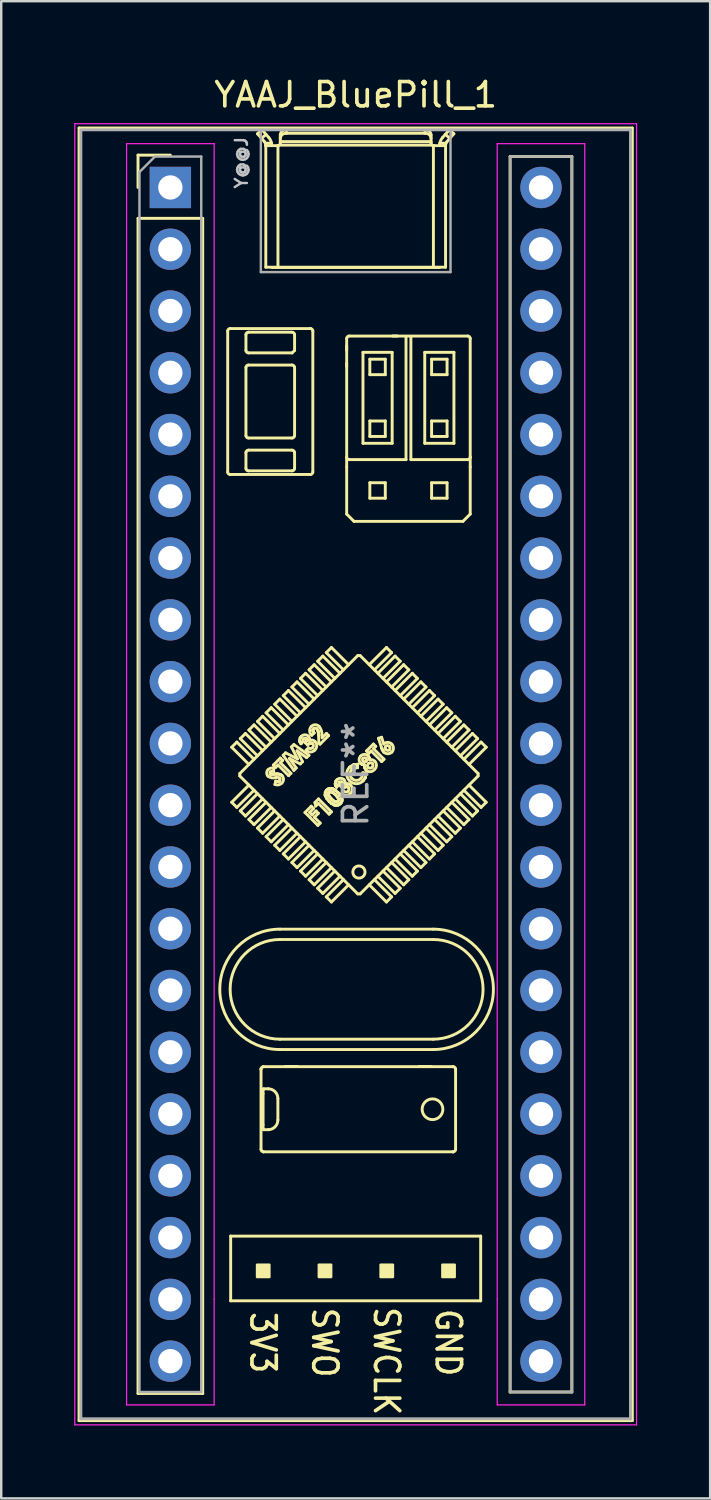
<source format=kicad_pcb>
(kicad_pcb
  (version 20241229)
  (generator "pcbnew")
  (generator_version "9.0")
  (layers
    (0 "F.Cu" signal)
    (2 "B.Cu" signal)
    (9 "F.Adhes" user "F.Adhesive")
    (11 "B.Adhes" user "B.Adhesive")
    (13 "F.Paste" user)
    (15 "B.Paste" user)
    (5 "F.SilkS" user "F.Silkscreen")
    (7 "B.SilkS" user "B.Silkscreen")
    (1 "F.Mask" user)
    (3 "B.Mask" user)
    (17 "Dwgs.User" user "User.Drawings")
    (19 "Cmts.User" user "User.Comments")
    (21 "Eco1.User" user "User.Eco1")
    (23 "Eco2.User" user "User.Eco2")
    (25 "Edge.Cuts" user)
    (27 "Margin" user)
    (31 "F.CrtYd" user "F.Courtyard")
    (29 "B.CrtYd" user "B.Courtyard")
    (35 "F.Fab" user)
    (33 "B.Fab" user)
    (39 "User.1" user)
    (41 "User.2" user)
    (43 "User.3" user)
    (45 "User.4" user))
  (footprint "YAAJ_BluePill_1"
    (layer "F.Cu")
    (at 3.955 4.658)
    (property "Reference" "YAAJ_BluePill_1" (at 7.62 -3.81 0) (layer "F.SilkS") (effects (font (size 1 1) (thickness 0.15))))
    (attr through_hole)
    (fp_line (start -3.755 -2.445) (end 18.995 -2.445) (stroke (width 0.12) (type solid)) (layer "F.SilkS"))
    (fp_line (start -3.755 50.705) (end -3.755 -2.445) (stroke (width 0.12) (type solid)) (layer "F.SilkS"))
    (fp_line (start -1.33 -1.33) (end 0 -1.33) (stroke (width 0.12) (type solid)) (layer "F.SilkS"))
    (fp_line (start -1.33 0) (end -1.33 -1.33) (stroke (width 0.12) (type solid)) (layer "F.SilkS"))
    (fp_line (start -1.33 1.27) (end 1.33 1.27) (stroke (width 0.12) (type solid)) (layer "F.SilkS"))
    (fp_line (start -1.33 49.59) (end -1.33 1.27) (stroke (width 0.12) (type solid)) (layer "F.SilkS"))
    (fp_line (start 1.33 1.27) (end 1.33 49.59) (stroke (width 0.12) (type solid)) (layer "F.SilkS"))
    (fp_line (start 1.33 49.59) (end -1.33 49.59) (stroke (width 0.12) (type solid)) (layer "F.SilkS"))
    (fp_line (start 2.358 5.902) (end 2.358 11.702) (stroke (width 0.12) (type solid)) (layer "F.SilkS"))
    (fp_line (start 2.458 11.802) (end 5.758 11.802) (stroke (width 0.12) (type solid)) (layer "F.SilkS"))
    (fp_line (start 2.48 43.12) (end 2.48 45.78) (stroke (width 0.12) (type solid)) (layer "F.SilkS"))
    (fp_line (start 2.48 45.78) (end 12.76 45.78) (stroke (width 0.12) (type solid)) (layer "F.SilkS"))
    (fp_line (start 2.522 23.017) (end 3.229 23.724) (stroke (width 0.12) (type solid)) (layer "F.SilkS"))
    (fp_line (start 2.522 25.28) (end 3.229 24.573) (stroke (width 0.12) (type solid)) (layer "F.SilkS"))
    (fp_line (start 2.734 22.805) (end 2.522 23.017) (stroke (width 0.12) (type solid)) (layer "F.SilkS"))
    (fp_line (start 2.734 22.805) (end 3.441 23.512) (stroke (width 0.12) (type solid)) (layer "F.SilkS"))
    (fp_line (start 2.734 25.492) (end 2.522 25.28) (stroke (width 0.12) (type solid)) (layer "F.SilkS"))
    (fp_line (start 2.734 25.492) (end 3.441 24.785) (stroke (width 0.12) (type solid)) (layer "F.SilkS"))
    (fp_line (start 2.855 24.199) (end 2.855 24.099) (stroke (width 0.12) (type solid)) (layer "F.SilkS"))
    (fp_line (start 2.855 24.199) (end 7.704 29.048) (stroke (width 0.12) (type solid)) (layer "F.SilkS"))
    (fp_line (start 2.875 22.664) (end 3.583 23.371) (stroke (width 0.12) (type solid)) (layer "F.SilkS"))
    (fp_line (start 2.875 25.634) (end 3.583 24.926) (stroke (width 0.12) (type solid)) (layer "F.SilkS"))
    (fp_line (start 3.088 22.452) (end 2.875 22.664) (stroke (width 0.12) (type solid)) (layer "F.SilkS"))
    (fp_line (start 3.088 22.452) (end 3.795 23.159) (stroke (width 0.12) (type solid)) (layer "F.SilkS"))
    (fp_line (start 3.088 25.846) (end 2.875 25.634) (stroke (width 0.12) (type solid)) (layer "F.SilkS"))
    (fp_line (start 3.088 25.846) (end 3.795 25.139) (stroke (width 0.12) (type solid)) (layer "F.SilkS"))
    (fp_line (start 3.108 6.702) (end 3.108 6.052) (stroke (width 0.12) (type solid)) (layer "F.SilkS"))
    (fp_line (start 3.108 10.202) (end 3.108 7.402) (stroke (width 0.12) (type solid)) (layer "F.SilkS"))
    (fp_line (start 3.108 11.552) (end 3.108 10.902) (stroke (width 0.12) (type solid)) (layer "F.SilkS"))
    (fp_line (start 3.208 5.952) (end 5.008 5.952) (stroke (width 0.12) (type solid)) (layer "F.SilkS"))
    (fp_line (start 3.208 7.302) (end 5.008 7.302) (stroke (width 0.12) (type solid)) (layer "F.SilkS"))
    (fp_line (start 3.208 10.802) (end 5.008 10.802) (stroke (width 0.12) (type solid)) (layer "F.SilkS"))
    (fp_line (start 3.229 22.31) (end 3.936 23.017) (stroke (width 0.12) (type solid)) (layer "F.SilkS"))
    (fp_line (start 3.229 25.987) (end 3.936 25.28) (stroke (width 0.12) (type solid)) (layer "F.SilkS"))
    (fp_line (start 3.441 22.098) (end 3.229 22.31) (stroke (width 0.12) (type solid)) (layer "F.SilkS"))
    (fp_line (start 3.441 22.098) (end 4.148 22.805) (stroke (width 0.12) (type solid)) (layer "F.SilkS"))
    (fp_line (start 3.441 26.199) (end 3.229 25.987) (stroke (width 0.12) (type solid)) (layer "F.SilkS"))
    (fp_line (start 3.441 26.199) (end 4.148 25.492) (stroke (width 0.12) (type solid)) (layer "F.SilkS"))
    (fp_line (start 3.583 -2.207) (end 3.861 -1.891) (stroke (width 0.12) (type solid)) (layer "F.SilkS"))
    (fp_line (start 3.583 21.957) (end 4.29 22.664) (stroke (width 0.12) (type solid)) (layer "F.SilkS"))
    (fp_line (start 3.583 26.341) (end 4.29 25.634) (stroke (width 0.12) (type solid)) (layer "F.SilkS"))
    (fp_line (start 3.728 36.253) (end 3.728 39.553) (stroke (width 0.12) (type solid)) (layer "F.SilkS"))
    (fp_line (start 3.728 36.252) (end 3.728 36.253) (stroke (width 0.12) (type solid)) (layer "F.SilkS"))
    (fp_line (start 3.748 -2.02) (end 3.933 -2.182) (stroke (width 0.12) (type solid)) (layer "F.SilkS"))
    (fp_line (start 3.767 -2.37) (end 3.583 -2.207) (stroke (width 0.12) (type solid)) (layer "F.SilkS"))
    (fp_line (start 3.795 21.744) (end 3.583 21.957) (stroke (width 0.12) (type solid)) (layer "F.SilkS"))
    (fp_line (start 3.795 21.744) (end 4.502 22.452) (stroke (width 0.12) (type solid)) (layer "F.SilkS"))
    (fp_line (start 3.795 26.553) (end 3.583 26.341) (stroke (width 0.12) (type solid)) (layer "F.SilkS"))
    (fp_line (start 3.795 26.553) (end 4.502 25.846) (stroke (width 0.12) (type solid)) (layer "F.SilkS"))
    (fp_line (start 3.812 38.544) (end 3.812 37.262) (stroke (width 0.12) (type solid)) (layer "F.SilkS"))
    (fp_line (start 3.827 39.653) (end 3.828 39.653) (stroke (width 0.12) (type solid)) (layer "F.SilkS"))
    (fp_line (start 3.828 36.153) (end 3.827 36.153) (stroke (width 0.12) (type solid)) (layer "F.SilkS"))
    (fp_line (start 3.828 36.153) (end 11.628 36.153) (stroke (width 0.12) (type solid)) (layer "F.SilkS"))
    (fp_line (start 3.828 39.653) (end 11.628 39.653) (stroke (width 0.12) (type solid)) (layer "F.SilkS"))
    (fp_line (start 3.834 38.744) (end 4.021 38.744) (stroke (width 0.12) (type solid)) (layer "F.SilkS"))
    (fp_line (start 3.924 -1.728) (end 3.929 -1.72) (stroke (width 0.12) (type solid)) (layer "F.SilkS"))
    (fp_line (start 3.924 -1.726) (end 3.924 -1.728) (stroke (width 0.12) (type solid)) (layer "F.SilkS"))
    (fp_line (start 3.924 -1.726) (end 3.924 3.28) (stroke (width 0.12) (type solid)) (layer "F.SilkS"))
    (fp_line (start 3.929 -1.72) (end 3.93 -1.72) (stroke (width 0.12) (type solid)) (layer "F.SilkS"))
    (fp_line (start 3.93 -1.72) (end 4.42 -1.72) (stroke (width 0.12) (type solid)) (layer "F.SilkS"))
    (fp_line (start 3.936 21.603) (end 4.643 22.31) (stroke (width 0.12) (type solid)) (layer "F.SilkS"))
    (fp_line (start 3.936 26.694) (end 4.643 25.987) (stroke (width 0.12) (type solid)) (layer "F.SilkS"))
    (fp_line (start 4.021 37.062) (end 3.834 37.062) (stroke (width 0.12) (type solid)) (layer "F.SilkS"))
    (fp_line (start 4.045 -2.055) (end 3.767 -2.37) (stroke (width 0.12) (type solid)) (layer "F.SilkS"))
    (fp_line (start 4.108 24.11) (end 4.126 24.122) (stroke (width 0.12) (type solid)) (layer "F.SilkS"))
    (fp_line (start 4.108 24.11) (end 4.126 24.122) (stroke (width 0.12) (type solid)) (layer "F.SilkS"))
    (fp_line (start 4.126 24.122) (end 4.142 24.127) (stroke (width 0.12) (type solid)) (layer "F.SilkS"))
    (fp_line (start 4.126 24.122) (end 4.142 24.127) (stroke (width 0.12) (type solid)) (layer "F.SilkS"))
    (fp_line (start 4.142 24.127) (end 4.221 24.127) (stroke (width 0.12) (type solid)) (layer "F.SilkS"))
    (fp_line (start 4.142 24.127) (end 4.221 24.127) (stroke (width 0.12) (type solid)) (layer "F.SilkS"))
    (fp_line (start 4.148 21.391) (end 3.936 21.603) (stroke (width 0.12) (type solid)) (layer "F.SilkS"))
    (fp_line (start 4.148 21.391) (end 4.855 22.098) (stroke (width 0.12) (type solid)) (layer "F.SilkS"))
    (fp_line (start 4.148 26.906) (end 3.936 26.694) (stroke (width 0.12) (type solid)) (layer "F.SilkS"))
    (fp_line (start 4.148 26.906) (end 4.855 26.199) (stroke (width 0.12) (type solid)) (layer "F.SilkS"))
    (fp_line (start 4.161 -1.82) (end 3.905 -1.82) (stroke (width 0.12) (type solid)) (layer "F.SilkS"))
    (fp_line (start 4.17 -1.72) (end 4.17 -1.724) (stroke (width 0.12) (type solid)) (layer "F.SilkS"))
    (fp_line (start 4.221 24.127) (end 4.283 24.123) (stroke (width 0.12) (type solid)) (layer "F.SilkS"))
    (fp_line (start 4.221 24.127) (end 4.283 24.123) (stroke (width 0.12) (type solid)) (layer "F.SilkS"))
    (fp_line (start 4.236 23.749) (end 4.522 23.463) (stroke (width 0.12) (type solid)) (layer "F.SilkS"))
    (fp_line (start 4.253 23.874) (end 4.247 24.011) (stroke (width 0.12) (type solid)) (layer "F.SilkS"))
    (fp_line (start 4.283 24.123) (end 4.355 24.118) (stroke (width 0.12) (type solid)) (layer "F.SilkS"))
    (fp_line (start 4.283 24.123) (end 4.355 24.118) (stroke (width 0.12) (type solid)) (layer "F.SilkS"))
    (fp_line (start 4.29 21.249) (end 4.997 21.957) (stroke (width 0.12) (type solid)) (layer "F.SilkS"))
    (fp_line (start 4.29 27.048) (end 4.997 26.341) (stroke (width 0.12) (type solid)) (layer "F.SilkS"))
    (fp_line (start 4.3 24.547) (end 4.334 24.413) (stroke (width 0.12) (type solid)) (layer "F.SilkS"))
    (fp_line (start 4.331 23.844) (end 4.236 23.749) (stroke (width 0.12) (type solid)) (layer "F.SilkS"))
    (fp_line (start 4.334 24.413) (end 4.424 24.424) (stroke (width 0.12) (type solid)) (layer "F.SilkS"))
    (fp_line (start 4.334 24.413) (end 4.424 24.424) (stroke (width 0.12) (type solid)) (layer "F.SilkS"))
    (fp_line (start 4.355 24.118) (end 4.412 24.116) (stroke (width 0.12) (type solid)) (layer "F.SilkS"))
    (fp_line (start 4.355 24.118) (end 4.412 24.116) (stroke (width 0.12) (type solid)) (layer "F.SilkS"))
    (fp_line (start 4.412 24.116) (end 4.518 24.135) (stroke (width 0.12) (type solid)) (layer "F.SilkS"))
    (fp_line (start 4.412 24.116) (end 4.518 24.135) (stroke (width 0.12) (type solid)) (layer "F.SilkS"))
    (fp_line (start 4.42 -1.72) (end 4.424 -1.72) (stroke (width 0.12) (type solid)) (layer "F.SilkS"))
    (fp_line (start 4.421 37.462) (end 4.421 38.344) (stroke (width 0.12) (type solid)) (layer "F.SilkS"))
    (fp_line (start 4.424 -1.72) (end 4.424 3.29) (stroke (width 0.12) (type solid)) (layer "F.SilkS"))
    (fp_line (start 4.424 24.424) (end 4.459 24.415) (stroke (width 0.12) (type solid)) (layer "F.SilkS"))
    (fp_line (start 4.424 24.424) (end 4.459 24.415) (stroke (width 0.12) (type solid)) (layer "F.SilkS"))
    (fp_line (start 4.427 23.749) (end 4.331 23.844) (stroke (width 0.12) (type solid)) (layer "F.SilkS"))
    (fp_line (start 4.459 24.415) (end 4.489 24.394) (stroke (width 0.12) (type solid)) (layer "F.SilkS"))
    (fp_line (start 4.459 24.415) (end 4.489 24.394) (stroke (width 0.12) (type solid)) (layer "F.SilkS"))
    (fp_line (start 4.502 21.037) (end 4.29 21.249) (stroke (width 0.12) (type solid)) (layer "F.SilkS"))
    (fp_line (start 4.502 21.037) (end 5.209 21.744) (stroke (width 0.12) (type solid)) (layer "F.SilkS"))
    (fp_line (start 4.502 27.26) (end 4.29 27.048) (stroke (width 0.12) (type solid)) (layer "F.SilkS"))
    (fp_line (start 4.502 27.26) (end 5.209 26.553) (stroke (width 0.12) (type solid)) (layer "F.SilkS"))
    (fp_line (start 4.508 30.923) (end 10.808 30.923) (stroke (width 0.12) (type solid)) (layer "F.SilkS"))
    (fp_line (start 4.508 35.448) (end 10.808 35.448) (stroke (width 0.12) (type solid)) (layer "F.SilkS"))
    (fp_line (start 4.518 24.135) (end 4.588 24.183) (stroke (width 0.12) (type solid)) (layer "F.SilkS"))
    (fp_line (start 4.518 24.135) (end 4.588 24.183) (stroke (width 0.12) (type solid)) (layer "F.SilkS"))
    (fp_line (start 4.52 -2.165) (end 4.52 -1.82) (stroke (width 0.12) (type solid)) (layer "F.SilkS"))
    (fp_line (start 4.52 -1.885) (end 10.72 -1.885) (stroke (width 0.12) (type solid)) (layer "F.SilkS"))
    (fp_line (start 4.522 23.463) (end 4.617 23.559) (stroke (width 0.12) (type solid)) (layer "F.SilkS"))
    (fp_line (start 4.522 23.654) (end 4.957 24.089) (stroke (width 0.12) (type solid)) (layer "F.SilkS"))
    (fp_line (start 4.617 23.559) (end 4.522 23.654) (stroke (width 0.12) (type solid)) (layer "F.SilkS"))
    (fp_line (start 4.639 23.347) (end 4.737 23.248) (stroke (width 0.12) (type solid)) (layer "F.SilkS"))
    (fp_line (start 4.643 20.896) (end 5.35 21.603) (stroke (width 0.12) (type solid)) (layer "F.SilkS"))
    (fp_line (start 4.643 27.401) (end 5.35 26.694) (stroke (width 0.12) (type solid)) (layer "F.SilkS"))
    (fp_line (start 4.737 23.248) (end 5.228 23.497) (stroke (width 0.12) (type solid)) (layer "F.SilkS"))
    (fp_line (start 4.77 -2.227) (end 4.77 -2.37) (stroke (width 0.12) (type solid)) (layer "F.SilkS"))
    (fp_line (start 4.855 20.684) (end 4.643 20.896) (stroke (width 0.12) (type solid)) (layer "F.SilkS"))
    (fp_line (start 4.855 20.684) (end 5.562 21.391) (stroke (width 0.12) (type solid)) (layer "F.SilkS"))
    (fp_line (start 4.855 27.613) (end 4.643 27.401) (stroke (width 0.12) (type solid)) (layer "F.SilkS"))
    (fp_line (start 4.855 27.613) (end 5.562 26.906) (stroke (width 0.12) (type solid)) (layer "F.SilkS"))
    (fp_line (start 4.862 24.184) (end 4.427 23.749) (stroke (width 0.12) (type solid)) (layer "F.SilkS"))
    (fp_line (start 4.897 23.479) (end 5.176 23.87) (stroke (width 0.12) (type solid)) (layer "F.SilkS"))
    (fp_line (start 4.957 24.089) (end 4.862 24.184) (stroke (width 0.12) (type solid)) (layer "F.SilkS"))
    (fp_line (start 4.98 23.005) (end 5.078 22.907) (stroke (width 0.12) (type solid)) (layer "F.SilkS"))
    (fp_line (start 4.997 20.542) (end 5.704 21.249) (stroke (width 0.12) (type solid)) (layer "F.SilkS"))
    (fp_line (start 4.997 27.755) (end 5.704 27.048) (stroke (width 0.12) (type solid)) (layer "F.SilkS"))
    (fp_line (start 5.008 6.802) (end 3.208 6.802) (stroke (width 0.12) (type solid)) (layer "F.SilkS"))
    (fp_line (start 5.008 10.302) (end 3.208 10.302) (stroke (width 0.12) (type solid)) (layer "F.SilkS"))
    (fp_line (start 5.008 11.652) (end 3.208 11.652) (stroke (width 0.12) (type solid)) (layer "F.SilkS"))
    (fp_line (start 5.078 22.907) (end 5.698 23.348) (stroke (width 0.12) (type solid)) (layer "F.SilkS"))
    (fp_line (start 5.079 23.967) (end 4.639 23.347) (stroke (width 0.12) (type solid)) (layer "F.SilkS"))
    (fp_line (start 5.108 6.052) (end 5.108 6.702) (stroke (width 0.12) (type solid)) (layer "F.SilkS"))
    (fp_line (start 5.108 6.702) (end 5.008 6.802) (stroke (width 0.12) (type solid)) (layer "F.SilkS"))
    (fp_line (start 5.108 7.402) (end 5.108 10.202) (stroke (width 0.12) (type solid)) (layer "F.SilkS"))
    (fp_line (start 5.108 10.902) (end 5.108 11.552) (stroke (width 0.12) (type solid)) (layer "F.SilkS"))
    (fp_line (start 5.176 23.87) (end 5.079 23.967) (stroke (width 0.12) (type solid)) (layer "F.SilkS"))
    (fp_line (start 5.209 20.33) (end 4.997 20.542) (stroke (width 0.12) (type solid)) (layer "F.SilkS"))
    (fp_line (start 5.209 20.33) (end 5.916 21.037) (stroke (width 0.12) (type solid)) (layer "F.SilkS"))
    (fp_line (start 5.209 27.967) (end 4.997 27.755) (stroke (width 0.12) (type solid)) (layer "F.SilkS"))
    (fp_line (start 5.209 27.967) (end 5.916 27.26) (stroke (width 0.12) (type solid)) (layer "F.SilkS"))
    (fp_line (start 5.21 23.166) (end 5.435 23.611) (stroke (width 0.12) (type solid)) (layer "F.SilkS"))
    (fp_line (start 5.228 36.143) (end 4.728 36.143) (stroke (width 0.12) (type solid)) (layer "F.SilkS"))
    (fp_line (start 5.228 23.497) (end 4.98 23.005) (stroke (width 0.12) (type solid)) (layer "F.SilkS"))
    (fp_line (start 5.319 22.738) (end 5.339 22.637) (stroke (width 0.12) (type solid)) (layer "F.SilkS"))
    (fp_line (start 5.319 22.738) (end 5.339 22.637) (stroke (width 0.12) (type solid)) (layer "F.SilkS"))
    (fp_line (start 5.331 22.801) (end 5.319 22.738) (stroke (width 0.12) (type solid)) (layer "F.SilkS"))
    (fp_line (start 5.331 22.801) (end 5.319 22.738) (stroke (width 0.12) (type solid)) (layer "F.SilkS"))
    (fp_line (start 5.339 22.637) (end 5.387 22.571) (stroke (width 0.12) (type solid)) (layer "F.SilkS"))
    (fp_line (start 5.339 22.637) (end 5.387 22.571) (stroke (width 0.12) (type solid)) (layer "F.SilkS"))
    (fp_line (start 5.342 23.704) (end 4.897 23.479) (stroke (width 0.12) (type solid)) (layer "F.SilkS"))
    (fp_line (start 5.35 20.189) (end 6.057 20.896) (stroke (width 0.12) (type solid)) (layer "F.SilkS"))
    (fp_line (start 5.35 28.108) (end 6.057 27.401) (stroke (width 0.12) (type solid)) (layer "F.SilkS"))
    (fp_line (start 5.372 22.872) (end 5.331 22.801) (stroke (width 0.12) (type solid)) (layer "F.SilkS"))
    (fp_line (start 5.372 22.872) (end 5.331 22.801) (stroke (width 0.12) (type solid)) (layer "F.SilkS"))
    (fp_line (start 5.435 23.611) (end 5.342 23.704) (stroke (width 0.12) (type solid)) (layer "F.SilkS"))
    (fp_line (start 5.467 22.777) (end 5.372 22.872) (stroke (width 0.12) (type solid)) (layer "F.SilkS"))
    (fp_line (start 5.535 25.7) (end 5.793 25.442) (stroke (width 0.12) (type solid)) (layer "F.SilkS"))
    (fp_line (start 5.549 22.831) (end 5.6 22.752) (stroke (width 0.12) (type solid)) (layer "F.SilkS"))
    (fp_line (start 5.549 22.831) (end 5.6 22.752) (stroke (width 0.12) (type solid)) (layer "F.SilkS"))
    (fp_line (start 5.562 19.977) (end 5.35 20.189) (stroke (width 0.12) (type solid)) (layer "F.SilkS"))
    (fp_line (start 5.562 19.977) (end 6.27 20.684) (stroke (width 0.12) (type solid)) (layer "F.SilkS"))
    (fp_line (start 5.562 28.321) (end 5.35 28.108) (stroke (width 0.12) (type solid)) (layer "F.SilkS"))
    (fp_line (start 5.562 28.321) (end 6.27 27.613) (stroke (width 0.12) (type solid)) (layer "F.SilkS"))
    (fp_line (start 5.583 23.137) (end 5.678 23.042) (stroke (width 0.12) (type solid)) (layer "F.SilkS"))
    (fp_line (start 5.598 22.683) (end 5.585 22.664) (stroke (width 0.12) (type solid)) (layer "F.SilkS"))
    (fp_line (start 5.598 22.683) (end 5.585 22.664) (stroke (width 0.12) (type solid)) (layer "F.SilkS"))
    (fp_line (start 5.6 22.752) (end 5.605 22.706) (stroke (width 0.12) (type solid)) (layer "F.SilkS"))
    (fp_line (start 5.6 22.752) (end 5.605 22.706) (stroke (width 0.12) (type solid)) (layer "F.SilkS"))
    (fp_line (start 5.602 23.444) (end 5.21 23.166) (stroke (width 0.12) (type solid)) (layer "F.SilkS"))
    (fp_line (start 5.605 22.706) (end 5.598 22.683) (stroke (width 0.12) (type solid)) (layer "F.SilkS"))
    (fp_line (start 5.605 22.706) (end 5.598 22.683) (stroke (width 0.12) (type solid)) (layer "F.SilkS"))
    (fp_line (start 5.637 22.92) (end 5.549 22.831) (stroke (width 0.12) (type solid)) (layer "F.SilkS"))
    (fp_line (start 5.698 23.348) (end 5.602 23.444) (stroke (width 0.12) (type solid)) (layer "F.SilkS"))
    (fp_line (start 5.704 19.835) (end 6.411 20.542) (stroke (width 0.12) (type solid)) (layer "F.SilkS"))
    (fp_line (start 5.704 28.462) (end 6.411 27.755) (stroke (width 0.12) (type solid)) (layer "F.SilkS"))
    (fp_line (start 5.725 25.7) (end 5.827 25.802) (stroke (width 0.12) (type solid)) (layer "F.SilkS"))
    (fp_line (start 5.738 22.854) (end 5.637 22.92) (stroke (width 0.12) (type solid)) (layer "F.SilkS"))
    (fp_line (start 5.738 22.854) (end 5.637 22.92) (stroke (width 0.12) (type solid)) (layer "F.SilkS"))
    (fp_line (start 5.758 5.802) (end 2.458 5.802) (stroke (width 0.12) (type solid)) (layer "F.SilkS"))
    (fp_line (start 5.762 5.802) (end 5.758 5.802) (stroke (width 0.12) (type solid)) (layer "F.SilkS"))
    (fp_line (start 5.793 25.442) (end 5.888 25.537) (stroke (width 0.12) (type solid)) (layer "F.SilkS"))
    (fp_line (start 5.798 22.849) (end 5.738 22.854) (stroke (width 0.12) (type solid)) (layer "F.SilkS"))
    (fp_line (start 5.798 22.849) (end 5.738 22.854) (stroke (width 0.12) (type solid)) (layer "F.SilkS"))
    (fp_line (start 5.827 25.802) (end 5.99 25.639) (stroke (width 0.12) (type solid)) (layer "F.SilkS"))
    (fp_line (start 5.827 22.858) (end 5.798 22.849) (stroke (width 0.12) (type solid)) (layer "F.SilkS"))
    (fp_line (start 5.827 22.858) (end 5.798 22.849) (stroke (width 0.12) (type solid)) (layer "F.SilkS"))
    (fp_line (start 5.852 22.876) (end 5.827 22.858) (stroke (width 0.12) (type solid)) (layer "F.SilkS"))
    (fp_line (start 5.852 22.876) (end 5.827 22.858) (stroke (width 0.12) (type solid)) (layer "F.SilkS"))
    (fp_line (start 5.858 11.702) (end 5.858 5.902) (stroke (width 0.12) (type solid)) (layer "F.SilkS"))
    (fp_line (start 5.862 22.307) (end 5.866 22.36) (stroke (width 0.12) (type solid)) (layer "F.SilkS"))
    (fp_line (start 5.862 22.307) (end 5.866 22.36) (stroke (width 0.12) (type solid)) (layer "F.SilkS"))
    (fp_line (start 5.866 22.36) (end 5.909 22.43) (stroke (width 0.12) (type solid)) (layer "F.SilkS"))
    (fp_line (start 5.866 22.36) (end 5.909 22.43) (stroke (width 0.12) (type solid)) (layer "F.SilkS"))
    (fp_line (start 5.887 22.261) (end 5.862 22.307) (stroke (width 0.12) (type solid)) (layer "F.SilkS"))
    (fp_line (start 5.887 22.261) (end 5.862 22.307) (stroke (width 0.12) (type solid)) (layer "F.SilkS"))
    (fp_line (start 5.888 25.537) (end 5.725 25.7) (stroke (width 0.12) (type solid)) (layer "F.SilkS"))
    (fp_line (start 5.909 22.43) (end 5.814 22.525) (stroke (width 0.12) (type solid)) (layer "F.SilkS"))
    (fp_line (start 5.916 19.623) (end 5.704 19.835) (stroke (width 0.12) (type solid)) (layer "F.SilkS"))
    (fp_line (start 5.916 19.623) (end 6.623 20.33) (stroke (width 0.12) (type solid)) (layer "F.SilkS"))
    (fp_line (start 5.916 28.674) (end 5.704 28.462) (stroke (width 0.12) (type solid)) (layer "F.SilkS"))
    (fp_line (start 5.916 28.674) (end 6.623 27.967) (stroke (width 0.12) (type solid)) (layer "F.SilkS"))
    (fp_line (start 5.922 25.898) (end 6.16 26.136) (stroke (width 0.12) (type solid)) (layer "F.SilkS"))
    (fp_line (start 5.945 25.29) (end 6.092 25.143) (stroke (width 0.12) (type solid)) (layer "F.SilkS"))
    (fp_line (start 5.977 25.435) (end 5.945 25.29) (stroke (width 0.12) (type solid)) (layer "F.SilkS"))
    (fp_line (start 5.99 25.639) (end 6.086 25.734) (stroke (width 0.12) (type solid)) (layer "F.SilkS"))
    (fp_line (start 6.057 19.482) (end 6.765 20.189) (stroke (width 0.12) (type solid)) (layer "F.SilkS"))
    (fp_line (start 6.057 28.815) (end 6.765 28.108) (stroke (width 0.12) (type solid)) (layer "F.SilkS"))
    (fp_line (start 6.065 26.231) (end 5.535 25.7) (stroke (width 0.12) (type solid)) (layer "F.SilkS"))
    (fp_line (start 6.08 22.368) (end 6.027 22.263) (stroke (width 0.12) (type solid)) (layer "F.SilkS"))
    (fp_line (start 6.08 22.368) (end 6.027 22.263) (stroke (width 0.12) (type solid)) (layer "F.SilkS"))
    (fp_line (start 6.086 25.326) (end 5.977 25.435) (stroke (width 0.12) (type solid)) (layer "F.SilkS"))
    (fp_line (start 6.086 25.734) (end 5.922 25.898) (stroke (width 0.12) (type solid)) (layer "F.SilkS"))
    (fp_line (start 6.092 25.143) (end 6.623 25.673) (stroke (width 0.12) (type solid)) (layer "F.SilkS"))
    (fp_line (start 6.095 22.52) (end 6.08 22.368) (stroke (width 0.12) (type solid)) (layer "F.SilkS"))
    (fp_line (start 6.095 22.52) (end 6.08 22.368) (stroke (width 0.12) (type solid)) (layer "F.SilkS"))
    (fp_line (start 6.105 22.844) (end 6.095 22.52) (stroke (width 0.12) (type solid)) (layer "F.SilkS"))
    (fp_line (start 6.154 22.892) (end 6.105 22.844) (stroke (width 0.12) (type solid)) (layer "F.SilkS"))
    (fp_line (start 6.16 26.136) (end 6.065 26.231) (stroke (width 0.12) (type solid)) (layer "F.SilkS"))
    (fp_line (start 6.232 22.51) (end 6.24 22.629) (stroke (width 0.12) (type solid)) (layer "F.SilkS"))
    (fp_line (start 6.24 22.629) (end 6.419 22.45) (stroke (width 0.12) (type solid)) (layer "F.SilkS"))
    (fp_line (start 6.27 19.27) (end 6.057 19.482) (stroke (width 0.12) (type solid)) (layer "F.SilkS"))
    (fp_line (start 6.27 19.27) (end 6.977 19.977) (stroke (width 0.12) (type solid)) (layer "F.SilkS"))
    (fp_line (start 6.27 29.028) (end 6.057 28.815) (stroke (width 0.12) (type solid)) (layer "F.SilkS"))
    (fp_line (start 6.27 29.028) (end 6.977 28.321) (stroke (width 0.12) (type solid)) (layer "F.SilkS"))
    (fp_line (start 6.365 24.988) (end 6.373 24.863) (stroke (width 0.12) (type solid)) (layer "F.SilkS"))
    (fp_line (start 6.365 24.988) (end 6.373 24.863) (stroke (width 0.12) (type solid)) (layer "F.SilkS"))
    (fp_line (start 6.373 24.863) (end 6.427 24.781) (stroke (width 0.12) (type solid)) (layer "F.SilkS"))
    (fp_line (start 6.373 24.863) (end 6.427 24.781) (stroke (width 0.12) (type solid)) (layer "F.SilkS"))
    (fp_line (start 6.411 19.128) (end 7.118 19.835) (stroke (width 0.12) (type solid)) (layer "F.SilkS"))
    (fp_line (start 6.411 29.169) (end 7.118 28.462) (stroke (width 0.12) (type solid)) (layer "F.SilkS"))
    (fp_line (start 6.419 22.45) (end 6.507 22.539) (stroke (width 0.12) (type solid)) (layer "F.SilkS"))
    (fp_line (start 6.421 25.111) (end 6.365 24.988) (stroke (width 0.12) (type solid)) (layer "F.SilkS"))
    (fp_line (start 6.421 25.111) (end 6.365 24.988) (stroke (width 0.12) (type solid)) (layer "F.SilkS"))
    (fp_line (start 6.427 24.781) (end 6.48 24.74) (stroke (width 0.12) (type solid)) (layer "F.SilkS"))
    (fp_line (start 6.427 24.781) (end 6.48 24.74) (stroke (width 0.12) (type solid)) (layer "F.SilkS"))
    (fp_line (start 6.48 24.74) (end 6.541 24.715) (stroke (width 0.12) (type solid)) (layer "F.SilkS"))
    (fp_line (start 6.48 24.74) (end 6.541 24.715) (stroke (width 0.12) (type solid)) (layer "F.SilkS"))
    (fp_line (start 6.496 24.948) (end 6.524 25.024) (stroke (width 0.12) (type solid)) (layer "F.SilkS"))
    (fp_line (start 6.496 24.948) (end 6.524 25.024) (stroke (width 0.12) (type solid)) (layer "F.SilkS"))
    (fp_line (start 6.503 24.908) (end 6.496 24.948) (stroke (width 0.12) (type solid)) (layer "F.SilkS"))
    (fp_line (start 6.503 24.908) (end 6.496 24.948) (stroke (width 0.12) (type solid)) (layer "F.SilkS"))
    (fp_line (start 6.507 22.539) (end 6.154 22.892) (stroke (width 0.12) (type solid)) (layer "F.SilkS"))
    (fp_line (start 6.524 25.024) (end 6.629 25.149) (stroke (width 0.12) (type solid)) (layer "F.SilkS"))
    (fp_line (start 6.524 25.024) (end 6.629 25.149) (stroke (width 0.12) (type solid)) (layer "F.SilkS"))
    (fp_line (start 6.525 24.874) (end 6.503 24.908) (stroke (width 0.12) (type solid)) (layer "F.SilkS"))
    (fp_line (start 6.525 24.874) (end 6.503 24.908) (stroke (width 0.12) (type solid)) (layer "F.SilkS"))
    (fp_line (start 6.528 25.768) (end 6.086 25.326) (stroke (width 0.12) (type solid)) (layer "F.SilkS"))
    (fp_line (start 6.533 25.243) (end 6.421 25.111) (stroke (width 0.12) (type solid)) (layer "F.SilkS"))
    (fp_line (start 6.533 25.243) (end 6.421 25.111) (stroke (width 0.12) (type solid)) (layer "F.SilkS"))
    (fp_line (start 6.541 24.715) (end 6.608 24.71) (stroke (width 0.12) (type solid)) (layer "F.SilkS"))
    (fp_line (start 6.541 24.715) (end 6.608 24.71) (stroke (width 0.12) (type solid)) (layer "F.SilkS"))
    (fp_line (start 6.558 24.852) (end 6.525 24.874) (stroke (width 0.12) (type solid)) (layer "F.SilkS"))
    (fp_line (start 6.558 24.852) (end 6.525 24.874) (stroke (width 0.12) (type solid)) (layer "F.SilkS"))
    (fp_line (start 6.597 24.848) (end 6.558 24.852) (stroke (width 0.12) (type solid)) (layer "F.SilkS"))
    (fp_line (start 6.597 24.848) (end 6.558 24.852) (stroke (width 0.12) (type solid)) (layer "F.SilkS"))
    (fp_line (start 6.608 24.71) (end 6.673 24.725) (stroke (width 0.12) (type solid)) (layer "F.SilkS"))
    (fp_line (start 6.608 24.71) (end 6.673 24.725) (stroke (width 0.12) (type solid)) (layer "F.SilkS"))
    (fp_line (start 6.623 25.673) (end 6.528 25.768) (stroke (width 0.12) (type solid)) (layer "F.SilkS"))
    (fp_line (start 6.623 18.916) (end 6.411 19.128) (stroke (width 0.12) (type solid)) (layer "F.SilkS"))
    (fp_line (start 6.623 18.916) (end 7.33 19.623) (stroke (width 0.12) (type solid)) (layer "F.SilkS"))
    (fp_line (start 6.623 29.381) (end 6.411 29.169) (stroke (width 0.12) (type solid)) (layer "F.SilkS"))
    (fp_line (start 6.623 29.381) (end 7.33 28.674) (stroke (width 0.12) (type solid)) (layer "F.SilkS"))
    (fp_line (start 6.629 25.149) (end 6.749 25.246) (stroke (width 0.12) (type solid)) (layer "F.SilkS"))
    (fp_line (start 6.629 25.149) (end 6.749 25.246) (stroke (width 0.12) (type solid)) (layer "F.SilkS"))
    (fp_line (start 6.631 25.331) (end 6.533 25.243) (stroke (width 0.12) (type solid)) (layer "F.SilkS"))
    (fp_line (start 6.631 25.331) (end 6.533 25.243) (stroke (width 0.12) (type solid)) (layer "F.SilkS"))
    (fp_line (start 6.671 24.873) (end 6.597 24.848) (stroke (width 0.12) (type solid)) (layer "F.SilkS"))
    (fp_line (start 6.671 24.873) (end 6.597 24.848) (stroke (width 0.12) (type solid)) (layer "F.SilkS"))
    (fp_line (start 6.673 24.725) (end 6.788 24.789) (stroke (width 0.12) (type solid)) (layer "F.SilkS"))
    (fp_line (start 6.673 24.725) (end 6.788 24.789) (stroke (width 0.12) (type solid)) (layer "F.SilkS"))
    (fp_line (start 6.746 25.394) (end 6.631 25.331) (stroke (width 0.12) (type solid)) (layer "F.SilkS"))
    (fp_line (start 6.746 25.394) (end 6.631 25.331) (stroke (width 0.12) (type solid)) (layer "F.SilkS"))
    (fp_line (start 6.749 25.246) (end 6.822 25.268) (stroke (width 0.12) (type solid)) (layer "F.SilkS"))
    (fp_line (start 6.749 25.246) (end 6.822 25.268) (stroke (width 0.12) (type solid)) (layer "F.SilkS"))
    (fp_line (start 6.781 24.526) (end 6.801 24.425) (stroke (width 0.12) (type solid)) (layer "F.SilkS"))
    (fp_line (start 6.781 24.526) (end 6.801 24.425) (stroke (width 0.12) (type solid)) (layer "F.SilkS"))
    (fp_line (start 6.788 24.789) (end 6.888 24.878) (stroke (width 0.12) (type solid)) (layer "F.SilkS"))
    (fp_line (start 6.788 24.789) (end 6.888 24.878) (stroke (width 0.12) (type solid)) (layer "F.SilkS"))
    (fp_line (start 6.793 24.973) (end 6.671 24.873) (stroke (width 0.12) (type solid)) (layer "F.SilkS"))
    (fp_line (start 6.793 24.973) (end 6.671 24.873) (stroke (width 0.12) (type solid)) (layer "F.SilkS"))
    (fp_line (start 6.793 24.589) (end 6.781 24.526) (stroke (width 0.12) (type solid)) (layer "F.SilkS"))
    (fp_line (start 6.793 24.589) (end 6.781 24.526) (stroke (width 0.12) (type solid)) (layer "F.SilkS"))
    (fp_line (start 6.801 24.425) (end 6.849 24.359) (stroke (width 0.12) (type solid)) (layer "F.SilkS"))
    (fp_line (start 6.801 24.425) (end 6.849 24.359) (stroke (width 0.12) (type solid)) (layer "F.SilkS"))
    (fp_line (start 6.811 25.407) (end 6.746 25.394) (stroke (width 0.12) (type solid)) (layer "F.SilkS"))
    (fp_line (start 6.811 25.407) (end 6.746 25.394) (stroke (width 0.12) (type solid)) (layer "F.SilkS"))
    (fp_line (start 6.822 25.268) (end 6.86 25.262) (stroke (width 0.12) (type solid)) (layer "F.SilkS"))
    (fp_line (start 6.822 25.268) (end 6.86 25.262) (stroke (width 0.12) (type solid)) (layer "F.SilkS"))
    (fp_line (start 6.834 24.66) (end 6.793 24.589) (stroke (width 0.12) (type solid)) (layer "F.SilkS"))
    (fp_line (start 6.834 24.66) (end 6.793 24.589) (stroke (width 0.12) (type solid)) (layer "F.SilkS"))
    (fp_line (start 6.856 25.043) (end 6.793 24.973) (stroke (width 0.12) (type solid)) (layer "F.SilkS"))
    (fp_line (start 6.856 25.043) (end 6.793 24.973) (stroke (width 0.12) (type solid)) (layer "F.SilkS"))
    (fp_line (start 6.86 25.262) (end 6.892 25.241) (stroke (width 0.12) (type solid)) (layer "F.SilkS"))
    (fp_line (start 6.86 25.262) (end 6.892 25.241) (stroke (width 0.12) (type solid)) (layer "F.SilkS"))
    (fp_line (start 6.876 25.402) (end 6.811 25.407) (stroke (width 0.12) (type solid)) (layer "F.SilkS"))
    (fp_line (start 6.876 25.402) (end 6.811 25.407) (stroke (width 0.12) (type solid)) (layer "F.SilkS"))
    (fp_line (start 6.888 24.878) (end 6.976 24.977) (stroke (width 0.12) (type solid)) (layer "F.SilkS"))
    (fp_line (start 6.888 24.878) (end 6.976 24.977) (stroke (width 0.12) (type solid)) (layer "F.SilkS"))
    (fp_line (start 6.914 25.146) (end 6.856 25.043) (stroke (width 0.12) (type solid)) (layer "F.SilkS"))
    (fp_line (start 6.914 25.146) (end 6.856 25.043) (stroke (width 0.12) (type solid)) (layer "F.SilkS"))
    (fp_line (start 6.929 24.565) (end 6.834 24.66) (stroke (width 0.12) (type solid)) (layer "F.SilkS"))
    (fp_line (start 6.936 25.377) (end 6.876 25.402) (stroke (width 0.12) (type solid)) (layer "F.SilkS"))
    (fp_line (start 6.936 25.377) (end 6.876 25.402) (stroke (width 0.12) (type solid)) (layer "F.SilkS"))
    (fp_line (start 6.976 24.977) (end 7.041 25.092) (stroke (width 0.12) (type solid)) (layer "F.SilkS"))
    (fp_line (start 6.976 24.977) (end 7.041 25.092) (stroke (width 0.12) (type solid)) (layer "F.SilkS"))
    (fp_line (start 6.988 25.335) (end 6.936 25.377) (stroke (width 0.12) (type solid)) (layer "F.SilkS"))
    (fp_line (start 6.988 25.335) (end 6.936 25.377) (stroke (width 0.12) (type solid)) (layer "F.SilkS"))
    (fp_line (start 7.01 24.619) (end 7.062 24.54) (stroke (width 0.12) (type solid)) (layer "F.SilkS"))
    (fp_line (start 7.01 24.619) (end 7.062 24.54) (stroke (width 0.12) (type solid)) (layer "F.SilkS"))
    (fp_line (start 7.029 25.284) (end 6.988 25.335) (stroke (width 0.12) (type solid)) (layer "F.SilkS"))
    (fp_line (start 7.029 25.284) (end 6.988 25.335) (stroke (width 0.12) (type solid)) (layer "F.SilkS"))
    (fp_line (start 7.041 25.092) (end 7.057 25.157) (stroke (width 0.12) (type solid)) (layer "F.SilkS"))
    (fp_line (start 7.041 25.092) (end 7.057 25.157) (stroke (width 0.12) (type solid)) (layer "F.SilkS"))
    (fp_line (start 7.044 24.925) (end 7.14 24.83) (stroke (width 0.12) (type solid)) (layer "F.SilkS"))
    (fp_line (start 7.054 25.223) (end 7.029 25.284) (stroke (width 0.12) (type solid)) (layer "F.SilkS"))
    (fp_line (start 7.054 25.223) (end 7.029 25.284) (stroke (width 0.12) (type solid)) (layer "F.SilkS"))
    (fp_line (start 7.057 25.157) (end 7.054 25.223) (stroke (width 0.12) (type solid)) (layer "F.SilkS"))
    (fp_line (start 7.057 25.157) (end 7.054 25.223) (stroke (width 0.12) (type solid)) (layer "F.SilkS"))
    (fp_line (start 7.06 24.471) (end 7.047 24.452) (stroke (width 0.12) (type solid)) (layer "F.SilkS"))
    (fp_line (start 7.06 24.471) (end 7.047 24.452) (stroke (width 0.12) (type solid)) (layer "F.SilkS"))
    (fp_line (start 7.062 24.54) (end 7.067 24.494) (stroke (width 0.12) (type solid)) (layer "F.SilkS"))
    (fp_line (start 7.062 24.54) (end 7.067 24.494) (stroke (width 0.12) (type solid)) (layer "F.SilkS"))
    (fp_line (start 7.067 24.494) (end 7.06 24.471) (stroke (width 0.12) (type solid)) (layer "F.SilkS"))
    (fp_line (start 7.067 24.494) (end 7.06 24.471) (stroke (width 0.12) (type solid)) (layer "F.SilkS"))
    (fp_line (start 7.099 24.708) (end 7.01 24.619) (stroke (width 0.12) (type solid)) (layer "F.SilkS"))
    (fp_line (start 7.2 24.642) (end 7.099 24.708) (stroke (width 0.12) (type solid)) (layer "F.SilkS"))
    (fp_line (start 7.2 24.642) (end 7.099 24.708) (stroke (width 0.12) (type solid)) (layer "F.SilkS"))
    (fp_line (start 7.249 6.502) (end 7.249 6.691) (stroke (width 0.12) (type solid)) (layer "F.SilkS"))
    (fp_line (start 7.249 7.231) (end 7.249 7.265) (stroke (width 0.12) (type solid)) (layer "F.SilkS"))
    (fp_line (start 7.249 7.315) (end 7.249 7.359) (stroke (width 0.12) (type solid)) (layer "F.SilkS"))
    (fp_line (start 7.25 11.09) (end 7.25 6.21) (stroke (width 0.12) (type solid)) (layer "F.SilkS"))
    (fp_line (start 7.25 11.09) (end 7.25 11.49) (stroke (width 0.12) (type solid)) (layer "F.SilkS"))
    (fp_line (start 7.25 11.49) (end 7.25 13.43) (stroke (width 0.12) (type solid)) (layer "F.SilkS"))
    (fp_line (start 7.25 13.43) (end 7.55 13.73) (stroke (width 0.12) (type solid)) (layer "F.SilkS"))
    (fp_line (start 7.26 24.637) (end 7.2 24.642) (stroke (width 0.12) (type solid)) (layer "F.SilkS"))
    (fp_line (start 7.26 24.637) (end 7.2 24.642) (stroke (width 0.12) (type solid)) (layer "F.SilkS"))
    (fp_line (start 7.289 24.646) (end 7.26 24.637) (stroke (width 0.12) (type solid)) (layer "F.SilkS"))
    (fp_line (start 7.289 24.646) (end 7.26 24.637) (stroke (width 0.12) (type solid)) (layer "F.SilkS"))
    (fp_line (start 7.314 24.664) (end 7.289 24.646) (stroke (width 0.12) (type solid)) (layer "F.SilkS"))
    (fp_line (start 7.314 24.664) (end 7.289 24.646) (stroke (width 0.12) (type solid)) (layer "F.SilkS"))
    (fp_line (start 7.35 6.11) (end 12.23 6.11) (stroke (width 0.12) (type solid)) (layer "F.SilkS"))
    (fp_line (start 7.369 23.839) (end 7.542 23.736) (stroke (width 0.12) (type solid)) (layer "F.SilkS"))
    (fp_line (start 7.369 23.839) (end 7.542 23.736) (stroke (width 0.12) (type solid)) (layer "F.SilkS"))
    (fp_line (start 7.542 23.736) (end 7.701 23.719) (stroke (width 0.12) (type solid)) (layer "F.SilkS"))
    (fp_line (start 7.542 23.736) (end 7.701 23.719) (stroke (width 0.12) (type solid)) (layer "F.SilkS"))
    (fp_line (start 7.55 13.73) (end 12.03 13.73) (stroke (width 0.12) (type solid)) (layer "F.SilkS"))
    (fp_line (start 7.555 23.876) (end 7.46 23.938) (stroke (width 0.12) (type solid)) (layer "F.SilkS"))
    (fp_line (start 7.555 23.876) (end 7.46 23.938) (stroke (width 0.12) (type solid)) (layer "F.SilkS"))
    (fp_line (start 7.698 23.855) (end 7.555 23.876) (stroke (width 0.12) (type solid)) (layer "F.SilkS"))
    (fp_line (start 7.698 23.855) (end 7.555 23.876) (stroke (width 0.12) (type solid)) (layer "F.SilkS"))
    (fp_line (start 7.701 23.719) (end 7.698 23.855) (stroke (width 0.12) (type solid)) (layer "F.SilkS"))
    (fp_line (start 7.704 19.249) (end 2.855 24.099) (stroke (width 0.12) (type solid)) (layer "F.SilkS"))
    (fp_line (start 7.704 29.048) (end 7.804 29.048) (stroke (width 0.12) (type solid)) (layer "F.SilkS"))
    (fp_line (start 7.804 19.249) (end 7.704 19.249) (stroke (width 0.12) (type solid)) (layer "F.SilkS"))
    (fp_line (start 7.886 23.723) (end 7.825 23.68) (stroke (width 0.12) (type solid)) (layer "F.SilkS"))
    (fp_line (start 7.886 23.723) (end 7.825 23.68) (stroke (width 0.12) (type solid)) (layer "F.SilkS"))
    (fp_line (start 7.91 24.068) (end 8.049 24.071) (stroke (width 0.12) (type solid)) (layer "F.SilkS"))
    (fp_line (start 7.92 6.78) (end 9.12 6.78) (stroke (width 0.12) (type solid)) (layer "F.SilkS"))
    (fp_line (start 7.92 10.52) (end 7.92 6.78) (stroke (width 0.12) (type solid)) (layer "F.SilkS"))
    (fp_line (start 7.979 23.746) (end 7.886 23.723) (stroke (width 0.12) (type solid)) (layer "F.SilkS"))
    (fp_line (start 7.979 23.746) (end 7.886 23.723) (stroke (width 0.12) (type solid)) (layer "F.SilkS"))
    (fp_line (start 7.983 23.845) (end 7.979 23.746) (stroke (width 0.12) (type solid)) (layer "F.SilkS"))
    (fp_line (start 7.983 23.845) (end 7.979 23.746) (stroke (width 0.12) (type solid)) (layer "F.SilkS"))
    (fp_line (start 8.016 24.269) (end 7.925 24.398) (stroke (width 0.12) (type solid)) (layer "F.SilkS"))
    (fp_line (start 8.016 24.269) (end 7.925 24.398) (stroke (width 0.12) (type solid)) (layer "F.SilkS"))
    (fp_line (start 8.045 23.954) (end 7.983 23.845) (stroke (width 0.12) (type solid)) (layer "F.SilkS"))
    (fp_line (start 8.045 23.954) (end 7.983 23.845) (stroke (width 0.12) (type solid)) (layer "F.SilkS"))
    (fp_line (start 8.049 24.071) (end 8.016 24.269) (stroke (width 0.12) (type solid)) (layer "F.SilkS"))
    (fp_line (start 8.049 24.071) (end 8.016 24.269) (stroke (width 0.12) (type solid)) (layer "F.SilkS"))
    (fp_line (start 8.064 23.171) (end 8.35 22.886) (stroke (width 0.12) (type solid)) (layer "F.SilkS"))
    (fp_line (start 8.133 23.376) (end 8.182 23.456) (stroke (width 0.12) (type solid)) (layer "F.SilkS"))
    (fp_line (start 8.133 23.376) (end 8.182 23.456) (stroke (width 0.12) (type solid)) (layer "F.SilkS"))
    (fp_line (start 8.159 23.266) (end 8.064 23.171) (stroke (width 0.12) (type solid)) (layer "F.SilkS"))
    (fp_line (start 8.182 23.456) (end 8.196 23.529) (stroke (width 0.12) (type solid)) (layer "F.SilkS"))
    (fp_line (start 8.182 23.456) (end 8.196 23.529) (stroke (width 0.12) (type solid)) (layer "F.SilkS"))
    (fp_line (start 8.202 7.062) (end 8.838 7.062) (stroke (width 0.12) (type solid)) (layer "F.SilkS"))
    (fp_line (start 8.202 7.698) (end 8.202 7.062) (stroke (width 0.12) (type solid)) (layer "F.SilkS"))
    (fp_line (start 8.202 9.602) (end 8.838 9.602) (stroke (width 0.12) (type solid)) (layer "F.SilkS"))
    (fp_line (start 8.202 10.238) (end 8.202 9.602) (stroke (width 0.12) (type solid)) (layer "F.SilkS"))
    (fp_line (start 8.202 12.142) (end 8.838 12.142) (stroke (width 0.12) (type solid)) (layer "F.SilkS"))
    (fp_line (start 8.202 12.778) (end 8.202 12.142) (stroke (width 0.12) (type solid)) (layer "F.SilkS"))
    (fp_line (start 8.255 23.171) (end 8.159 23.266) (stroke (width 0.12) (type solid)) (layer "F.SilkS"))
    (fp_line (start 8.35 22.886) (end 8.445 22.981) (stroke (width 0.12) (type solid)) (layer "F.SilkS"))
    (fp_line (start 8.35 23.076) (end 8.785 23.511) (stroke (width 0.12) (type solid)) (layer "F.SilkS"))
    (fp_line (start 8.445 22.981) (end 8.35 23.076) (stroke (width 0.12) (type solid)) (layer "F.SilkS"))
    (fp_line (start 8.558 22.65) (end 8.685 22.608) (stroke (width 0.12) (type solid)) (layer "F.SilkS"))
    (fp_line (start 8.685 22.608) (end 8.775 22.882) (stroke (width 0.12) (type solid)) (layer "F.SilkS"))
    (fp_line (start 8.688 23.049) (end 8.558 22.65) (stroke (width 0.12) (type solid)) (layer "F.SilkS"))
    (fp_line (start 8.69 23.606) (end 8.255 23.171) (stroke (width 0.12) (type solid)) (layer "F.SilkS"))
    (fp_line (start 8.718 23.127) (end 8.688 23.049) (stroke (width 0.12) (type solid)) (layer "F.SilkS"))
    (fp_line (start 8.718 23.127) (end 8.688 23.049) (stroke (width 0.12) (type solid)) (layer "F.SilkS"))
    (fp_line (start 8.775 23.216) (end 8.718 23.127) (stroke (width 0.12) (type solid)) (layer "F.SilkS"))
    (fp_line (start 8.775 23.216) (end 8.718 23.127) (stroke (width 0.12) (type solid)) (layer "F.SilkS"))
    (fp_line (start 8.785 23.511) (end 8.69 23.606) (stroke (width 0.12) (type solid)) (layer "F.SilkS"))
    (fp_line (start 8.838 7.062) (end 8.838 7.698) (stroke (width 0.12) (type solid)) (layer "F.SilkS"))
    (fp_line (start 8.838 7.698) (end 8.202 7.698) (stroke (width 0.12) (type solid)) (layer "F.SilkS"))
    (fp_line (start 8.838 9.602) (end 8.838 10.238) (stroke (width 0.12) (type solid)) (layer "F.SilkS"))
    (fp_line (start 8.838 10.238) (end 8.202 10.238) (stroke (width 0.12) (type solid)) (layer "F.SilkS"))
    (fp_line (start 8.838 12.142) (end 8.838 12.778) (stroke (width 0.12) (type solid)) (layer "F.SilkS"))
    (fp_line (start 8.838 12.778) (end 8.202 12.778) (stroke (width 0.12) (type solid)) (layer "F.SilkS"))
    (fp_line (start 8.886 18.916) (end 8.179 19.623) (stroke (width 0.12) (type solid)) (layer "F.SilkS"))
    (fp_line (start 8.886 29.381) (end 8.179 28.674) (stroke (width 0.12) (type solid)) (layer "F.SilkS"))
    (fp_line (start 9.098 19.128) (end 8.391 19.835) (stroke (width 0.12) (type solid)) (layer "F.SilkS"))
    (fp_line (start 9.098 19.128) (end 8.886 18.916) (stroke (width 0.12) (type solid)) (layer "F.SilkS"))
    (fp_line (start 9.098 29.169) (end 8.391 28.462) (stroke (width 0.12) (type solid)) (layer "F.SilkS"))
    (fp_line (start 9.098 29.169) (end 8.886 29.381) (stroke (width 0.12) (type solid)) (layer "F.SilkS"))
    (fp_line (start 9.12 6.78) (end 9.12 10.52) (stroke (width 0.12) (type solid)) (layer "F.SilkS"))
    (fp_line (start 9.12 10.52) (end 7.92 10.52) (stroke (width 0.12) (type solid)) (layer "F.SilkS"))
    (fp_line (start 9.239 19.27) (end 8.532 19.977) (stroke (width 0.12) (type solid)) (layer "F.SilkS"))
    (fp_line (start 9.239 29.028) (end 8.532 28.321) (stroke (width 0.12) (type solid)) (layer "F.SilkS"))
    (fp_line (start 9.331 6.109) (end 9.142 6.109) (stroke (width 0.12) (type solid)) (layer "F.SilkS"))
    (fp_line (start 9.452 19.482) (end 8.744 20.189) (stroke (width 0.12) (type solid)) (layer "F.SilkS"))
    (fp_line (start 9.452 19.482) (end 9.239 19.27) (stroke (width 0.12) (type solid)) (layer "F.SilkS"))
    (fp_line (start 9.452 28.815) (end 8.744 28.108) (stroke (width 0.12) (type solid)) (layer "F.SilkS"))
    (fp_line (start 9.452 28.815) (end 9.239 29.028) (stroke (width 0.12) (type solid)) (layer "F.SilkS"))
    (fp_line (start 9.593 19.623) (end 8.886 20.33) (stroke (width 0.12) (type solid)) (layer "F.SilkS"))
    (fp_line (start 9.593 28.674) (end 8.886 27.967) (stroke (width 0.12) (type solid)) (layer "F.SilkS"))
    (fp_line (start 9.69 11.19) (end 7.35 11.19) (stroke (width 0.12) (type solid)) (layer "F.SilkS"))
    (fp_line (start 9.69 11.19) (end 9.69 6.121) (stroke (width 0.12) (type solid)) (layer "F.SilkS"))
    (fp_line (start 9.805 19.835) (end 9.098 20.542) (stroke (width 0.12) (type solid)) (layer "F.SilkS"))
    (fp_line (start 9.805 19.835) (end 9.593 19.623) (stroke (width 0.12) (type solid)) (layer "F.SilkS"))
    (fp_line (start 9.805 28.462) (end 9.098 27.755) (stroke (width 0.12) (type solid)) (layer "F.SilkS"))
    (fp_line (start 9.805 28.462) (end 9.593 28.674) (stroke (width 0.12) (type solid)) (layer "F.SilkS"))
    (fp_line (start 9.89 6.121) (end 9.89 11.19) (stroke (width 0.12) (type solid)) (layer "F.SilkS"))
    (fp_line (start 9.947 19.977) (end 9.239 20.684) (stroke (width 0.12) (type solid)) (layer "F.SilkS"))
    (fp_line (start 9.947 28.321) (end 9.239 27.613) (stroke (width 0.12) (type solid)) (layer "F.SilkS"))
    (fp_line (start 10.159 20.189) (end 9.452 20.896) (stroke (width 0.12) (type solid)) (layer "F.SilkS"))
    (fp_line (start 10.159 20.189) (end 9.947 19.977) (stroke (width 0.12) (type solid)) (layer "F.SilkS"))
    (fp_line (start 10.159 28.108) (end 9.452 27.401) (stroke (width 0.12) (type solid)) (layer "F.SilkS"))
    (fp_line (start 10.159 28.108) (end 9.947 28.321) (stroke (width 0.12) (type solid)) (layer "F.SilkS"))
    (fp_line (start 10.228 36.143) (end 10.728 36.143) (stroke (width 0.12) (type solid)) (layer "F.SilkS"))
    (fp_line (start 10.3 20.33) (end 9.593 21.037) (stroke (width 0.12) (type solid)) (layer "F.SilkS"))
    (fp_line (start 10.3 27.967) (end 9.593 27.26) (stroke (width 0.12) (type solid)) (layer "F.SilkS"))
    (fp_line (start 10.46 6.78) (end 11.66 6.78) (stroke (width 0.12) (type solid)) (layer "F.SilkS"))
    (fp_line (start 10.46 10.52) (end 10.46 6.78) (stroke (width 0.12) (type solid)) (layer "F.SilkS"))
    (fp_line (start 10.47 -2.37) (end 4.77 -2.37) (stroke (width 0.12) (type solid)) (layer "F.SilkS"))
    (fp_line (start 10.47 -2.227) (end 4.77 -2.227) (stroke (width 0.12) (type solid)) (layer "F.SilkS"))
    (fp_line (start 10.47 -2.227) (end 10.47 -2.37) (stroke (width 0.12) (type solid)) (layer "F.SilkS"))
    (fp_line (start 10.512 20.542) (end 9.805 21.249) (stroke (width 0.12) (type solid)) (layer "F.SilkS"))
    (fp_line (start 10.512 20.542) (end 10.3 20.33) (stroke (width 0.12) (type solid)) (layer "F.SilkS"))
    (fp_line (start 10.512 27.755) (end 9.805 27.048) (stroke (width 0.12) (type solid)) (layer "F.SilkS"))
    (fp_line (start 10.512 27.755) (end 10.3 27.967) (stroke (width 0.12) (type solid)) (layer "F.SilkS"))
    (fp_line (start 10.654 20.684) (end 9.947 21.391) (stroke (width 0.12) (type solid)) (layer "F.SilkS"))
    (fp_line (start 10.654 27.613) (end 9.947 26.906) (stroke (width 0.12) (type solid)) (layer "F.SilkS"))
    (fp_line (start 10.72 -2.165) (end 10.72 -1.82) (stroke (width 0.12) (type solid)) (layer "F.SilkS"))
    (fp_line (start 10.742 7.062) (end 11.378 7.062) (stroke (width 0.12) (type solid)) (layer "F.SilkS"))
    (fp_line (start 10.742 7.698) (end 10.742 7.062) (stroke (width 0.12) (type solid)) (layer "F.SilkS"))
    (fp_line (start 10.742 9.602) (end 11.378 9.602) (stroke (width 0.12) (type solid)) (layer "F.SilkS"))
    (fp_line (start 10.742 10.238) (end 10.742 9.602) (stroke (width 0.12) (type solid)) (layer "F.SilkS"))
    (fp_line (start 10.742 12.142) (end 11.378 12.142) (stroke (width 0.12) (type solid)) (layer "F.SilkS"))
    (fp_line (start 10.742 12.778) (end 10.742 12.142) (stroke (width 0.12) (type solid)) (layer "F.SilkS"))
    (fp_line (start 10.758 -1.741) (end 4.482 -1.741) (stroke (width 0.12) (type solid)) (layer "F.SilkS"))
    (fp_line (start 10.808 30.498) (end 4.508 30.498) (stroke (width 0.12) (type solid)) (layer "F.SilkS"))
    (fp_line (start 10.808 35.023) (end 4.508 35.023) (stroke (width 0.12) (type solid)) (layer "F.SilkS"))
    (fp_line (start 10.816 -1.72) (end 10.816 3.29) (stroke (width 0.12) (type solid)) (layer "F.SilkS"))
    (fp_line (start 10.82 -1.72) (end 10.816 -1.72) (stroke (width 0.12) (type solid)) (layer "F.SilkS"))
    (fp_line (start 10.866 20.896) (end 10.159 21.603) (stroke (width 0.12) (type solid)) (layer "F.SilkS"))
    (fp_line (start 10.866 20.896) (end 10.654 20.684) (stroke (width 0.12) (type solid)) (layer "F.SilkS"))
    (fp_line (start 10.866 27.401) (end 10.159 26.694) (stroke (width 0.12) (type solid)) (layer "F.SilkS"))
    (fp_line (start 10.866 27.401) (end 10.654 27.613) (stroke (width 0.12) (type solid)) (layer "F.SilkS"))
    (fp_line (start 11.007 21.037) (end 10.3 21.744) (stroke (width 0.12) (type solid)) (layer "F.SilkS"))
    (fp_line (start 11.007 27.26) (end 10.3 26.553) (stroke (width 0.12) (type solid)) (layer "F.SilkS"))
    (fp_line (start 11.07 -1.72) (end 11.07 -1.724) (stroke (width 0.12) (type solid)) (layer "F.SilkS"))
    (fp_line (start 11.07 3.29) (end 4.17 3.29) (stroke (width 0.12) (type solid)) (layer "F.SilkS"))
    (fp_line (start 11.079 -1.82) (end 11.335 -1.82) (stroke (width 0.12) (type solid)) (layer "F.SilkS"))
    (fp_line (start 11.195 -2.055) (end 11.473 -2.37) (stroke (width 0.12) (type solid)) (layer "F.SilkS"))
    (fp_line (start 11.219 21.249) (end 10.512 21.957) (stroke (width 0.12) (type solid)) (layer "F.SilkS"))
    (fp_line (start 11.219 21.249) (end 11.007 21.037) (stroke (width 0.12) (type solid)) (layer "F.SilkS"))
    (fp_line (start 11.219 27.048) (end 10.512 26.341) (stroke (width 0.12) (type solid)) (layer "F.SilkS"))
    (fp_line (start 11.219 27.048) (end 11.007 27.26) (stroke (width 0.12) (type solid)) (layer "F.SilkS"))
    (fp_line (start 11.31 -1.72) (end 10.82 -1.72) (stroke (width 0.12) (type solid)) (layer "F.SilkS"))
    (fp_line (start 11.311 -1.72) (end 11.31 -1.72) (stroke (width 0.12) (type solid)) (layer "F.SilkS"))
    (fp_line (start 11.316 -1.726) (end 11.316 3.28) (stroke (width 0.12) (type solid)) (layer "F.SilkS"))
    (fp_line (start 11.316 -1.726) (end 11.316 -1.728) (stroke (width 0.12) (type solid)) (layer "F.SilkS"))
    (fp_line (start 11.316 3.28) (end 3.924 3.28) (stroke (width 0.12) (type solid)) (layer "F.SilkS"))
    (fp_line (start 11.316 -1.728) (end 11.311 -1.72) (stroke (width 0.12) (type solid)) (layer "F.SilkS"))
    (fp_line (start 11.361 21.391) (end 10.654 22.098) (stroke (width 0.12) (type solid)) (layer "F.SilkS"))
    (fp_line (start 11.361 26.906) (end 10.654 26.199) (stroke (width 0.12) (type solid)) (layer "F.SilkS"))
    (fp_line (start 11.378 7.062) (end 11.378 7.698) (stroke (width 0.12) (type solid)) (layer "F.SilkS"))
    (fp_line (start 11.378 7.698) (end 10.742 7.698) (stroke (width 0.12) (type solid)) (layer "F.SilkS"))
    (fp_line (start 11.378 9.602) (end 11.378 10.238) (stroke (width 0.12) (type solid)) (layer "F.SilkS"))
    (fp_line (start 11.378 10.238) (end 10.742 10.238) (stroke (width 0.12) (type solid)) (layer "F.SilkS"))
    (fp_line (start 11.378 12.142) (end 11.378 12.778) (stroke (width 0.12) (type solid)) (layer "F.SilkS"))
    (fp_line (start 11.378 12.778) (end 10.742 12.778) (stroke (width 0.12) (type solid)) (layer "F.SilkS"))
    (fp_line (start 11.473 -2.37) (end 11.657 -2.207) (stroke (width 0.12) (type solid)) (layer "F.SilkS"))
    (fp_line (start 11.492 -2.02) (end 11.307 -2.182) (stroke (width 0.12) (type solid)) (layer "F.SilkS"))
    (fp_line (start 11.573 21.603) (end 10.866 22.31) (stroke (width 0.12) (type solid)) (layer "F.SilkS"))
    (fp_line (start 11.573 21.603) (end 11.361 21.391) (stroke (width 0.12) (type solid)) (layer "F.SilkS"))
    (fp_line (start 11.573 26.694) (end 10.866 25.987) (stroke (width 0.12) (type solid)) (layer "F.SilkS"))
    (fp_line (start 11.573 26.694) (end 11.361 26.906) (stroke (width 0.12) (type solid)) (layer "F.SilkS"))
    (fp_line (start 11.628 39.653) (end 11.628 39.653) (stroke (width 0.12) (type solid)) (layer "F.SilkS"))
    (fp_line (start 11.628 36.153) (end 11.628 36.153) (stroke (width 0.12) (type solid)) (layer "F.SilkS"))
    (fp_line (start 11.629 39.653) (end 11.628 39.653) (stroke (width 0.12) (type solid)) (layer "F.SilkS"))
    (fp_line (start 11.657 -2.207) (end 11.379 -1.891) (stroke (width 0.12) (type solid)) (layer "F.SilkS"))
    (fp_line (start 11.66 6.78) (end 11.66 10.52) (stroke (width 0.12) (type solid)) (layer "F.SilkS"))
    (fp_line (start 11.66 10.52) (end 10.46 10.52) (stroke (width 0.12) (type solid)) (layer "F.SilkS"))
    (fp_line (start 11.714 21.744) (end 11.007 22.452) (stroke (width 0.12) (type solid)) (layer "F.SilkS"))
    (fp_line (start 11.714 26.553) (end 11.007 25.846) (stroke (width 0.12) (type solid)) (layer "F.SilkS"))
    (fp_line (start 11.728 36.253) (end 11.728 36.252) (stroke (width 0.12) (type solid)) (layer "F.SilkS"))
    (fp_line (start 11.728 36.253) (end 11.728 39.553) (stroke (width 0.12) (type solid)) (layer "F.SilkS"))
    (fp_line (start 11.926 21.957) (end 11.219 22.664) (stroke (width 0.12) (type solid)) (layer "F.SilkS"))
    (fp_line (start 11.926 21.957) (end 11.714 21.744) (stroke (width 0.12) (type solid)) (layer "F.SilkS"))
    (fp_line (start 11.926 26.341) (end 11.219 25.634) (stroke (width 0.12) (type solid)) (layer "F.SilkS"))
    (fp_line (start 11.926 26.341) (end 11.714 26.553) (stroke (width 0.12) (type solid)) (layer "F.SilkS"))
    (fp_line (start 12.03 13.73) (end 12.33 13.43) (stroke (width 0.12) (type solid)) (layer "F.SilkS"))
    (fp_line (start 12.068 22.098) (end 11.361 22.805) (stroke (width 0.12) (type solid)) (layer "F.SilkS"))
    (fp_line (start 12.068 26.199) (end 11.361 25.492) (stroke (width 0.12) (type solid)) (layer "F.SilkS"))
    (fp_line (start 12.23 11.19) (end 9.89 11.19) (stroke (width 0.12) (type solid)) (layer "F.SilkS"))
    (fp_line (start 12.28 22.31) (end 11.573 23.017) (stroke (width 0.12) (type solid)) (layer "F.SilkS"))
    (fp_line (start 12.28 22.31) (end 12.068 22.098) (stroke (width 0.12) (type solid)) (layer "F.SilkS"))
    (fp_line (start 12.28 25.987) (end 11.573 25.28) (stroke (width 0.12) (type solid)) (layer "F.SilkS"))
    (fp_line (start 12.28 25.987) (end 12.068 26.199) (stroke (width 0.12) (type solid)) (layer "F.SilkS"))
    (fp_line (start 12.33 6.21) (end 12.33 11.09) (stroke (width 0.12) (type solid)) (layer "F.SilkS"))
    (fp_line (start 12.33 11.49) (end 12.33 11.09) (stroke (width 0.12) (type solid)) (layer "F.SilkS"))
    (fp_line (start 12.33 13.43) (end 12.33 11.49) (stroke (width 0.12) (type solid)) (layer "F.SilkS"))
    (fp_line (start 12.421 22.452) (end 11.714 23.159) (stroke (width 0.12) (type solid)) (layer "F.SilkS"))
    (fp_line (start 12.421 25.846) (end 11.714 25.139) (stroke (width 0.12) (type solid)) (layer "F.SilkS"))
    (fp_line (start 12.634 22.664) (end 11.926 23.371) (stroke (width 0.12) (type solid)) (layer "F.SilkS"))
    (fp_line (start 12.634 22.664) (end 12.421 22.452) (stroke (width 0.12) (type solid)) (layer "F.SilkS"))
    (fp_line (start 12.634 25.634) (end 11.926 24.926) (stroke (width 0.12) (type solid)) (layer "F.SilkS"))
    (fp_line (start 12.634 25.634) (end 12.421 25.846) (stroke (width 0.12) (type solid)) (layer "F.SilkS"))
    (fp_line (start 12.654 24.099) (end 7.804 19.249) (stroke (width 0.12) (type solid)) (layer "F.SilkS"))
    (fp_line (start 12.654 24.099) (end 12.654 24.199) (stroke (width 0.12) (type solid)) (layer "F.SilkS"))
    (fp_line (start 12.654 24.199) (end 7.804 29.048) (stroke (width 0.12) (type solid)) (layer "F.SilkS"))
    (fp_line (start 12.76 43.12) (end 2.48 43.12) (stroke (width 0.12) (type solid)) (layer "F.SilkS"))
    (fp_line (start 12.76 45.78) (end 12.76 43.12) (stroke (width 0.12) (type solid)) (layer "F.SilkS"))
    (fp_line (start 12.775 22.805) (end 12.068 23.512) (stroke (width 0.12) (type solid)) (layer "F.SilkS"))
    (fp_line (start 12.775 25.492) (end 12.068 24.785) (stroke (width 0.12) (type solid)) (layer "F.SilkS"))
    (fp_line (start 12.987 23.017) (end 12.28 23.724) (stroke (width 0.12) (type solid)) (layer "F.SilkS"))
    (fp_line (start 12.987 23.017) (end 12.775 22.805) (stroke (width 0.12) (type solid)) (layer "F.SilkS"))
    (fp_line (start 12.987 25.28) (end 12.28 24.573) (stroke (width 0.12) (type solid)) (layer "F.SilkS"))
    (fp_line (start 12.987 25.28) (end 12.775 25.492) (stroke (width 0.12) (type solid)) (layer "F.SilkS"))
    (fp_line (start 13.97 -1.27) (end 16.51 -1.27) (stroke (width 0.12) (type solid)) (layer "F.SilkS"))
    (fp_line (start 13.97 49.53) (end 13.97 -1.27) (stroke (width 0.12) (type solid)) (layer "F.SilkS"))
    (fp_line (start 16.51 -1.27) (end 16.51 49.53) (stroke (width 0.12) (type solid)) (layer "F.SilkS"))
    (fp_line (start 16.51 49.53) (end 13.97 49.53) (stroke (width 0.12) (type solid)) (layer "F.SilkS"))
    (fp_line (start 18.995 -2.445) (end 18.995 50.705) (stroke (width 0.12) (type solid)) (layer "F.SilkS"))
    (fp_line (start 18.995 50.705) (end -3.755 50.705) (stroke (width 0.12) (type solid)) (layer "F.SilkS"))
    (fp_arc (start 2.357533 5.902277) (mid 2.386822 5.831566) (end 2.457533 5.802277) (stroke (width 0.12) (type solid)) (layer "F.SilkS"))
    (fp_arc (start 2.457533 11.802277) (mid 2.386822 11.772988) (end 2.357533 11.702277) (stroke (width 0.12) (type solid)) (layer "F.SilkS"))
    (fp_arc (start 3.107533 6.052277) (mid 3.136822 5.981566) (end 3.207533 5.952277) (stroke (width 0.12) (type solid)) (layer "F.SilkS"))
    (fp_arc (start 3.107533 7.402277) (mid 3.136822 7.331566) (end 3.207533 7.302277) (stroke (width 0.12) (type solid)) (layer "F.SilkS"))
    (fp_arc (start 3.107533 10.902277) (mid 3.136822 10.831566) (end 3.207533 10.802277) (stroke (width 0.12) (type solid)) (layer "F.SilkS"))
    (fp_arc (start 3.207533 6.802277) (mid 3.136822 6.772988) (end 3.107533 6.702277) (stroke (width 0.12) (type solid)) (layer "F.SilkS"))
    (fp_arc (start 3.207533 10.302277) (mid 3.136822 10.272988) (end 3.107533 10.202277) (stroke (width 0.12) (type solid)) (layer "F.SilkS"))
    (fp_arc (start 3.207533 11.652277) (mid 3.136822 11.622988) (end 3.107533 11.552277) (stroke (width 0.12) (type solid)) (layer "F.SilkS"))
    (fp_arc (start 3.72772 36.252189) (mid 3.757008 36.182098) (end 3.8271 36.152811) (stroke (width 0.12) (type solid)) (layer "F.SilkS"))
    (fp_arc (start 3.8118 37.261767) (mid 3.81207 37.160544) (end 3.834188 37.061767) (stroke (width 0.12) (type solid)) (layer "F.SilkS"))
    (fp_arc (start 3.827099 39.652807) (mid 3.757007 39.62352) (end 3.72772 39.553428) (stroke (width 0.12) (type solid)) (layer "F.SilkS"))
    (fp_arc (start 3.834188 38.743851) (mid 3.811626 38.645124) (end 3.8118 38.543851) (stroke (width 0.12) (type solid)) (layer "F.SilkS"))
    (fp_arc (start 3.861166 -1.890847) (mid 3.906942 -1.815275) (end 3.923572 -1.7285) (stroke (width 0.12) (type solid)) (layer "F.SilkS"))
    (fp_arc (start 4.017252 24.209874) (mid 3.962135 24.072061) (end 4.021927 23.93621) (stroke (width 0.12) (type solid)) (layer "F.SilkS"))
    (fp_arc (start 4.020774 37.061767) (mid 4.303617 37.178924) (end 4.420774 37.461767) (stroke (width 0.12) (type solid)) (layer "F.SilkS"))
    (fp_arc (start 4.021927 23.936211) (mid 4.129813 23.87714) (end 4.252778 23.874275) (stroke (width 0.12) (type solid)) (layer "F.SilkS"))
    (fp_arc (start 4.045142 -2.054759) (mid 4.137736 -1.900883) (end 4.169988 -1.724215) (stroke (width 0.12) (type solid)) (layer "F.SilkS"))
    (fp_arc (start 4.107872 24.110119) (mid 4.095938 24.069602) (end 4.116052 24.03246) (stroke (width 0.12) (type solid)) (layer "F.SilkS"))
    (fp_arc (start 4.116052 24.032461) (mid 4.17852 24.0044) (end 4.246722 24.010576) (stroke (width 0.12) (type solid)) (layer "F.SilkS"))
    (fp_arc (start 4.337023 24.262355) (mid 4.170811 24.274665) (end 4.017253 24.209874) (stroke (width 0.12) (type solid)) (layer "F.SilkS"))
    (fp_arc (start 4.337023 24.262355) (mid 4.420042 24.256695) (end 4.49882 24.283496) (stroke (width 0.12) (type solid)) (layer "F.SilkS"))
    (fp_arc (start 4.420774 38.343851) (mid 4.303617 38.626694) (end 4.020774 38.743851) (stroke (width 0.12) (type solid)) (layer "F.SilkS"))
    (fp_arc (start 4.49882 24.283497) (mid 4.51644 24.341016) (end 4.488515 24.3943) (stroke (width 0.12) (type solid)) (layer "F.SilkS"))
    (fp_arc (start 4.50795 35.022588) (mid 2.45795 32.972588) (end 4.50795 30.922588) (stroke (width 0.12) (type solid)) (layer "F.SilkS"))
    (fp_arc (start 4.50795 35.447588) (mid 2.03295 32.972588) (end 4.50795 30.497588) (stroke (width 0.12) (type solid)) (layer "F.SilkS"))
    (fp_arc (start 4.519999 -2.165212) (mid 4.603178 -2.318661) (end 4.77 -2.37) (stroke (width 0.12) (type solid)) (layer "F.SilkS"))
    (fp_arc (start 4.52 -2.021818) (mid 4.603179 -2.175266) (end 4.77 -2.226605) (stroke (width 0.12) (type solid)) (layer "F.SilkS"))
    (fp_arc (start 4.52 -1.819999) (mid 4.491968 -1.750569) (end 4.423589 -1.720064) (stroke (width 0.12) (type solid)) (layer "F.SilkS"))
    (fp_arc (start 4.580198 24.492993) (mid 4.448648 24.563858) (end 4.300159 24.547174) (stroke (width 0.12) (type solid)) (layer "F.SilkS"))
    (fp_arc (start 4.588483 24.182785) (mid 4.651909 24.339694) (end 4.580197 24.492993) (stroke (width 0.12) (type solid)) (layer "F.SilkS"))
    (fp_arc (start 5.007533 5.952277) (mid 5.078244 5.981566) (end 5.107533 6.052277) (stroke (width 0.12) (type solid)) (layer "F.SilkS"))
    (fp_arc (start 5.007533 7.302277) (mid 5.078244 7.331566) (end 5.107533 7.402277) (stroke (width 0.12) (type solid)) (layer "F.SilkS"))
    (fp_arc (start 5.007533 10.802277) (mid 5.078244 10.831566) (end 5.107533 10.902277) (stroke (width 0.12) (type solid)) (layer "F.SilkS"))
    (fp_arc (start 5.107533 10.202277) (mid 5.078244 10.272988) (end 5.007533 10.302277) (stroke (width 0.12) (type solid)) (layer "F.SilkS"))
    (fp_arc (start 5.107533 11.552277) (mid 5.078244 11.622988) (end 5.007533 11.652277) (stroke (width 0.12) (type solid)) (layer "F.SilkS"))
    (fp_arc (start 5.386846 22.57129) (mid 5.528527 22.506431) (end 5.674003 22.56226) (stroke (width 0.12) (type solid)) (layer "F.SilkS"))
    (fp_arc (start 5.466949 22.776751) (mid 5.455984 22.719536) (end 5.481397 22.667115) (stroke (width 0.12) (type solid)) (layer "F.SilkS"))
    (fp_arc (start 5.481397 22.667116) (mid 5.532347 22.642773) (end 5.584871 22.663503) (stroke (width 0.12) (type solid)) (layer "F.SilkS"))
    (fp_arc (start 5.674003 22.562261) (mid 5.720712 22.647432) (end 5.71416 22.744349) (stroke (width 0.12) (type solid)) (layer "F.SilkS"))
    (fp_arc (start 5.714161 22.744349) (mid 5.837497 22.723047) (end 5.947986 22.78185) (stroke (width 0.12) (type solid)) (layer "F.SilkS"))
    (fp_arc (start 5.757533 5.802277) (mid 5.828244 5.831566) (end 5.857533 5.902277) (stroke (width 0.12) (type solid)) (layer "F.SilkS"))
    (fp_arc (start 5.797342 22.160794) (mid 5.956409 22.093933) (end 6.11552 22.160688) (stroke (width 0.12) (type solid)) (layer "F.SilkS"))
    (fp_arc (start 5.813703 22.525184) (mid 5.726668 22.346529) (end 5.797343 22.160794) (stroke (width 0.12) (type solid)) (layer "F.SilkS"))
    (fp_arc (start 5.845786 23.037029) (mid 5.76275 23.073739) (end 5.677721 23.041916) (stroke (width 0.12) (type solid)) (layer "F.SilkS"))
    (fp_arc (start 5.851842 22.876082) (mid 5.883258 22.957851) (end 5.845786 23.037029) (stroke (width 0.12) (type solid)) (layer "F.SilkS"))
    (fp_arc (start 5.857533 11.702277) (mid 5.828244 11.772988) (end 5.757533 11.802277) (stroke (width 0.12) (type solid)) (layer "F.SilkS"))
    (fp_arc (start 5.887113 22.2614) (mid 5.957324 22.231449) (end 6.027025 22.262569) (stroke (width 0.12) (type solid)) (layer "F.SilkS"))
    (fp_arc (start 5.935769 23.137421) (mid 5.759084 23.212559) (end 5.582534 23.137103) (stroke (width 0.12) (type solid)) (layer "F.SilkS"))
    (fp_arc (start 5.947986 22.781851) (mid 6.01763 22.962239) (end 5.935768 23.137422) (stroke (width 0.12) (type solid)) (layer "F.SilkS"))
    (fp_arc (start 6.11552 22.160688) (mid 6.20628 22.324572) (end 6.232273 22.510098) (stroke (width 0.12) (type solid)) (layer "F.SilkS"))
    (fp_arc (start 6.848655 24.359455) (mid 6.990335 24.294596) (end 7.13581 24.350425) (stroke (width 0.12) (type solid)) (layer "F.SilkS"))
    (fp_arc (start 6.913776 25.146132) (mid 6.91642 25.196496) (end 6.892105 25.240682) (stroke (width 0.12) (type solid)) (layer "F.SilkS"))
    (fp_arc (start 6.928756 24.564915) (mid 6.917791 24.5077) (end 6.943204 24.455279) (stroke (width 0.12) (type solid)) (layer "F.SilkS"))
    (fp_arc (start 6.943204 24.45528) (mid 6.994154 24.430937) (end 7.046678 24.451667) (stroke (width 0.12) (type solid)) (layer "F.SilkS"))
    (fp_arc (start 7.13581 24.350425) (mid 7.182519 24.435596) (end 7.175967 24.532513) (stroke (width 0.12) (type solid)) (layer "F.SilkS"))
    (fp_arc (start 7.175968 24.532513) (mid 7.299304 24.511211) (end 7.409793 24.570014) (stroke (width 0.12) (type solid)) (layer "F.SilkS"))
    (fp_arc (start 7.25 6.21) (mid 7.279289 6.139289) (end 7.35 6.11) (stroke (width 0.12) (type solid)) (layer "F.SilkS"))
    (fp_arc (start 7.307593 24.825193) (mid 7.224557 24.861903) (end 7.139528 24.83008) (stroke (width 0.12) (type solid)) (layer "F.SilkS"))
    (fp_arc (start 7.313649 24.664245) (mid 7.345065 24.746015) (end 7.307594 24.825193) (stroke (width 0.12) (type solid)) (layer "F.SilkS"))
    (fp_arc (start 7.35 11.19) (mid 7.279289 11.160711) (end 7.25 11.09) (stroke (width 0.12) (type solid)) (layer "F.SilkS"))
    (fp_arc (start 7.369849 24.394087) (mid 7.251577 24.116931) (end 7.368786 23.839323) (stroke (width 0.12) (type solid)) (layer "F.SilkS"))
    (fp_arc (start 7.397575 24.925586) (mid 7.22089 25.000723) (end 7.044341 24.925267) (stroke (width 0.12) (type solid)) (layer "F.SilkS"))
    (fp_arc (start 7.409792 24.570015) (mid 7.479437 24.750403) (end 7.397576 24.925586) (stroke (width 0.12) (type solid)) (layer "F.SilkS"))
    (fp_arc (start 7.464823 24.298688) (mid 7.386132 24.119427) (end 7.460255 23.938229) (stroke (width 0.12) (type solid)) (layer "F.SilkS"))
    (fp_arc (start 7.825282 23.680076) (mid 7.762069 23.527793) (end 7.830381 23.377728) (stroke (width 0.12) (type solid)) (layer "F.SilkS"))
    (fp_arc (start 7.829213 24.303574) (mid 7.645956 24.380309) (end 7.464823 24.298688) (stroke (width 0.12) (type solid)) (layer "F.SilkS"))
    (fp_arc (start 7.830381 23.377727) (mid 7.981098 23.311641) (end 8.132729 23.375603) (stroke (width 0.12) (type solid)) (layer "F.SilkS"))
    (fp_arc (start 7.910483 24.068049) (mid 7.896394 24.194971) (end 7.829213 24.303574) (stroke (width 0.12) (type solid)) (layer "F.SilkS"))
    (fp_arc (start 7.923231 23.475253) (mid 7.982694 23.449034) (end 8.042109 23.475359) (stroke (width 0.12) (type solid)) (layer "F.SilkS"))
    (fp_arc (start 7.924825 24.398337) (mid 7.646408 24.517431) (end 7.369848 24.394088) (stroke (width 0.12) (type solid)) (layer "F.SilkS"))
    (fp_arc (start 7.927268 23.591688) (mid 7.900044 23.534344) (end 7.923231 23.475252) (stroke (width 0.12) (type solid)) (layer "F.SilkS"))
    (fp_arc (start 8.042109 23.475359) (mid 8.070939 23.53444) (end 8.047421 23.59583) (stroke (width 0.12) (type solid)) (layer "F.SilkS"))
    (fp_arc (start 8.047421 23.595831) (mid 7.98646 23.619416) (end 7.927268 23.591687) (stroke (width 0.12) (type solid)) (layer "F.SilkS"))
    (fp_arc (start 8.131454 23.850265) (mid 8.104123 23.767406) (end 8.143884 23.689743) (stroke (width 0.12) (type solid)) (layer "F.SilkS"))
    (fp_arc (start 8.143884 23.689744) (mid 8.222166 23.652226) (end 8.303556 23.682413) (stroke (width 0.12) (type solid)) (layer "F.SilkS"))
    (fp_arc (start 8.195515 23.529327) (mid 8.30862 23.534642) (end 8.405224 23.593706) (stroke (width 0.12) (type solid)) (layer "F.SilkS"))
    (fp_arc (start 8.292295 23.840491) (mid 8.213961 23.879712) (end 8.131454 23.850265) (stroke (width 0.12) (type solid)) (layer "F.SilkS"))
    (fp_arc (start 8.303557 23.682413) (mid 8.333073 23.763957) (end 8.292295 23.840492) (stroke (width 0.12) (type solid)) (layer "F.SilkS"))
    (fp_arc (start 8.388438 23.934722) (mid 8.221107 24.023496) (end 8.044872 23.954058) (stroke (width 0.12) (type solid)) (layer "F.SilkS"))
    (fp_arc (start 8.405224 23.593706) (mid 8.472727 23.76795) (end 8.388439 23.934723) (stroke (width 0.12) (type solid)) (layer "F.SilkS"))
    (fp_arc (start 8.774607 22.882243) (mid 8.940309 22.817112) (end 9.102557 22.890423) (stroke (width 0.12) (type solid)) (layer "F.SilkS"))
    (fp_arc (start 8.858427 22.9752) (mid 8.931263 22.946833) (end 9.001952 22.980193) (stroke (width 0.12) (type solid)) (layer "F.SilkS"))
    (fp_arc (start 8.865971 23.116174) (mid 8.832414 23.047281) (end 8.858427 22.9752) (stroke (width 0.12) (type solid)) (layer "F.SilkS"))
    (fp_arc (start 9.001952 22.980192) (mid 9.035513 23.050985) (end 9.008326 23.124461) (stroke (width 0.12) (type solid)) (layer "F.SilkS"))
    (fp_arc (start 9.008326 23.124461) (mid 8.935425 23.149916) (end 8.86597 23.116175) (stroke (width 0.12) (type solid)) (layer "F.SilkS"))
    (fp_arc (start 9.102558 22.890423) (mid 9.172721 23.053553) (end 9.105319 23.217843) (stroke (width 0.12) (type solid)) (layer "F.SilkS"))
    (fp_arc (start 9.10532 23.217843) (mid 8.940014 23.28533) (end 8.775457 23.216037) (stroke (width 0.12) (type solid)) (layer "F.SilkS"))
    (fp_arc (start 10.47 -2.369999) (mid 10.636821 -2.318659) (end 10.719999 -2.165211) (stroke (width 0.12) (type solid)) (layer "F.SilkS"))
    (fp_arc (start 10.47 -2.226605) (mid 10.636821 -2.175265) (end 10.719999 -2.021817) (stroke (width 0.12) (type solid)) (layer "F.SilkS"))
    (fp_arc (start 10.80795 30.497588) (mid 13.28295 32.972588) (end 10.80795 35.447588) (stroke (width 0.12) (type solid)) (layer "F.SilkS"))
    (fp_arc (start 10.80795 30.922588) (mid 12.85795 32.972588) (end 10.80795 35.022588) (stroke (width 0.12) (type solid)) (layer "F.SilkS"))
    (fp_arc (start 10.81641 -1.720063) (mid 10.74803 -1.750569) (end 10.719999 -1.82) (stroke (width 0.12) (type solid)) (layer "F.SilkS"))
    (fp_arc (start 11.070011 -1.724215) (mid 11.102263 -1.900883) (end 11.194857 -2.054759) (stroke (width 0.12) (type solid)) (layer "F.SilkS"))
    (fp_arc (start 11.316427 -1.7285) (mid 11.333056 -1.815276) (end 11.378833 -1.890847) (stroke (width 0.12) (type solid)) (layer "F.SilkS"))
    (fp_arc (start 11.628337 36.15281) (mid 11.698429 36.182098) (end 11.727717 36.25219) (stroke (width 0.12) (type solid)) (layer "F.SilkS"))
    (fp_arc (start 11.727716 39.553428) (mid 11.698429 39.62352) (end 11.628337 39.652807) (stroke (width 0.12) (type solid)) (layer "F.SilkS"))
    (fp_arc (start 12.23 6.11) (mid 12.300711 6.139289) (end 12.33 6.21) (stroke (width 0.12) (type solid)) (layer "F.SilkS"))
    (fp_arc (start 12.329999 11.09) (mid 12.30071 11.16071) (end 12.23 11.189999) (stroke (width 0.12) (type solid)) (layer "F.SilkS"))
    (fp_circle (center 7.754 28.149) (end 8.004 28.149) (stroke (width 0.12) (type solid)) (fill no) (layer "F.SilkS"))
    (fp_circle (center 10.779 37.903) (end 11.205 37.903) (stroke (width 0.12) (type solid)) (fill no) (layer "F.SilkS"))
    (fp_poly (pts (xy 3.564 44.295) (xy 3.564 44.803) (xy 4.072 44.803) (xy 4.072 44.295)) (stroke (width 0.1) (type solid)) (fill yes) (layer "F.SilkS"))
    (fp_poly (pts (xy 6.104 44.295) (xy 6.104 44.803) (xy 6.612 44.803) (xy 6.612 44.295)) (stroke (width 0.1) (type solid)) (fill yes) (layer "F.SilkS"))
    (fp_poly (pts (xy 8.644 44.295) (xy 8.644 44.803) (xy 9.152 44.803) (xy 9.152 44.295)) (stroke (width 0.1) (type solid)) (fill yes) (layer "F.SilkS"))
    (fp_poly (pts (xy 11.184 44.295) (xy 11.184 44.803) (xy 11.692 44.803) (xy 11.692 44.295)) (stroke (width 0.1) (type solid)) (fill yes) (layer "F.SilkS"))
    (fp_line (start -3.93 -2.62) (end 19.17 -2.62) (stroke (width 0.05) (type solid)) (layer "F.CrtYd"))
    (fp_line (start -3.93 50.88) (end -3.93 -2.62) (stroke (width 0.05) (type solid)) (layer "F.CrtYd"))
    (fp_line (start -1.8 -1.8) (end -1.8 50.06) (stroke (width 0.05) (type solid)) (layer "F.CrtYd"))
    (fp_line (start -1.8 50.06) (end 1.8 50.06) (stroke (width 0.05) (type solid)) (layer "F.CrtYd"))
    (fp_line (start 1.8 -1.8) (end -1.8 -1.8) (stroke (width 0.05) (type solid)) (layer "F.CrtYd"))
    (fp_line (start 1.8 -1.8) (end 1.8 45.72) (stroke (width 0.05) (type solid)) (layer "F.CrtYd"))
    (fp_line (start 1.8 45.72) (end 1.8 50.06) (stroke (width 0.05) (type solid)) (layer "F.CrtYd"))
    (fp_line (start 13.44 -1.8) (end 13.44 45.72) (stroke (width 0.05) (type solid)) (layer "F.CrtYd"))
    (fp_line (start 13.44 -1.8) (end 17.04 -1.8) (stroke (width 0.05) (type solid)) (layer "F.CrtYd"))
    (fp_line (start 13.44 45.72) (end 13.44 50.06) (stroke (width 0.05) (type solid)) (layer "F.CrtYd"))
    (fp_line (start 17.04 -1.8) (end 17.04 50.06) (stroke (width 0.05) (type solid)) (layer "F.CrtYd"))
    (fp_line (start 17.04 50.06) (end 13.44 50.06) (stroke (width 0.05) (type solid)) (layer "F.CrtYd"))
    (fp_line (start 19.17 -2.62) (end 19.17 50.88) (stroke (width 0.05) (type solid)) (layer "F.CrtYd"))
    (fp_line (start 19.17 50.88) (end -3.93 50.88) (stroke (width 0.05) (type solid)) (layer "F.CrtYd"))
    (fp_line (start -3.68 -2.37) (end 18.92 -2.37) (stroke (width 0.12) (type solid)) (layer "F.Fab"))
    (fp_line (start -3.68 50.63) (end -3.68 -2.32) (stroke (width 0.12) (type solid)) (layer "F.Fab"))
    (fp_line (start -3.68 50.63) (end 18.92 50.63) (stroke (width 0.12) (type solid)) (layer "F.Fab"))
    (fp_line (start -1.27 -0.635) (end -0.635 -1.27) (stroke (width 0.1) (type solid)) (layer "F.Fab"))
    (fp_line (start -1.27 49.53) (end -1.27 -0.635) (stroke (width 0.1) (type solid)) (layer "F.Fab"))
    (fp_line (start -0.635 -1.27) (end 1.27 -1.27) (stroke (width 0.1) (type solid)) (layer "F.Fab"))
    (fp_line (start 1.27 -1.27) (end 1.27 49.53) (stroke (width 0.1) (type solid)) (layer "F.Fab"))
    (fp_line (start 1.27 49.53) (end -1.27 49.53) (stroke (width 0.1) (type solid)) (layer "F.Fab"))
    (fp_line (start 3.72 3.48) (end 3.72 -2.32) (stroke (width 0.1) (type solid)) (layer "F.Fab"))
    (fp_line (start 3.72 3.48) (end 11.52 3.48) (stroke (width 0.1) (type solid)) (layer "F.Fab"))
    (fp_line (start 11.52 3.48) (end 11.52 -2.32) (stroke (width 0.1) (type solid)) (layer "F.Fab"))
    (fp_line (start 13.97 -1.27) (end 16.51 -1.27) (stroke (width 0.1) (type solid)) (layer "F.Fab"))
    (fp_line (start 13.97 49.53) (end 13.97 -1.27) (stroke (width 0.1) (type solid)) (layer "F.Fab"))
    (fp_line (start 16.51 -1.27) (end 16.51 49.53) (stroke (width 0.1) (type solid)) (layer "F.Fab"))
    (fp_line (start 16.51 49.53) (end 13.97 49.53) (stroke (width 0.1) (type solid)) (layer "F.Fab"))
    (fp_line (start 18.92 -2.37) (end 18.92 50.63) (stroke (width 0.12) (type solid)) (layer "F.Fab"))
    (fp_text user "GND" (at 11.43 47.498 270) (unlocked yes) (layer "F.SilkS") (effects (font (size 1 0.9) (thickness 0.15))))
    (fp_text user "SWO" (at 6.35 47.498 270) (unlocked yes) (layer "F.SilkS") (effects (font (size 1 0.9) (thickness 0.15))))
    (fp_text user "SWCLK" (at 8.89 48.26 270) (unlocked yes) (layer "F.SilkS") (effects (font (size 1 0.9) (thickness 0.15))))
    (fp_text user "3V3" (at 3.81 47.498 270) (unlocked yes) (layer "F.SilkS") (effects (font (size 1 0.9) (thickness 0.15))))
    (fp_text user "Y@@J" (at 2.921 -1.016 90) (unlocked yes) (layer "Dwgs.User") (effects (font (size 0.5 0.5) (thickness 0.1))))
    (fp_text user "REF**" (at 7.62 24.13 90) (layer "F.Fab") (effects (font (size 1 1) (thickness 0.15))))
    (pad "1" thru_hole rect (at 0 0) (size 1.7 1.7) (drill 1) (layers "*.Cu" "*.Mask"))
    (pad "2" thru_hole circle (at 0 2.54) (size 1.7 1.7) (drill 1) (layers "*.Cu" "*.Mask"))
    (pad "3" thru_hole circle (at 0 5.08) (size 1.7 1.7) (drill 1) (layers "*.Cu" "*.Mask"))
    (pad "4" thru_hole circle (at 0 7.62) (size 1.7 1.7) (drill 1) (layers "*.Cu" "*.Mask"))
    (pad "5" thru_hole circle (at 0 10.16) (size 1.7 1.7) (drill 1) (layers "*.Cu" "*.Mask"))
    (pad "6" thru_hole circle (at 0 12.7) (size 1.7 1.7) (drill 1) (layers "*.Cu" "*.Mask"))
    (pad "7" thru_hole circle (at 0 15.24) (size 1.7 1.7) (drill 1) (layers "*.Cu" "*.Mask"))
    (pad "8" thru_hole circle (at 0 17.78) (size 1.7 1.7) (drill 1) (layers "*.Cu" "*.Mask"))
    (pad "9" thru_hole circle (at 0 20.32) (size 1.7 1.7) (drill 1) (layers "*.Cu" "*.Mask"))
    (pad "10" thru_hole circle (at 0 22.86) (size 1.7 1.7) (drill 1) (layers "*.Cu" "*.Mask"))
    (pad "11" thru_hole circle (at 0 25.4) (size 1.7 1.7) (drill 1) (layers "*.Cu" "*.Mask"))
    (pad "12" thru_hole circle (at 0 27.94) (size 1.7 1.7) (drill 1) (layers "*.Cu" "*.Mask"))
    (pad "13" thru_hole circle (at 0 30.48) (size 1.7 1.7) (drill 1) (layers "*.Cu" "*.Mask"))
    (pad "14" thru_hole circle (at 0 33.02) (size 1.7 1.7) (drill 1) (layers "*.Cu" "*.Mask"))
    (pad "15" thru_hole circle (at 0 35.56) (size 1.7 1.7) (drill 1) (layers "*.Cu" "*.Mask"))
    (pad "16" thru_hole circle (at 0 38.1) (size 1.7 1.7) (drill 1) (layers "*.Cu" "*.Mask"))
    (pad "17" thru_hole circle (at 0 40.64) (size 1.7 1.7) (drill 1) (layers "*.Cu" "*.Mask"))
    (pad "18" thru_hole circle (at 0 43.18) (size 1.7 1.7) (drill 1) (layers "*.Cu" "*.Mask"))
    (pad "19" thru_hole circle (at 0 45.72) (size 1.7 1.7) (drill 1) (layers "*.Cu" "*.Mask"))
    (pad "20" thru_hole circle (at 0 48.26) (size 1.7 1.7) (drill 1) (layers "*.Cu" "*.Mask"))
    (pad "21" thru_hole circle (at 15.24 48.26) (size 1.7 1.7) (drill 1) (layers "*.Cu" "*.Mask"))
    (pad "22" thru_hole circle (at 15.24 45.72) (size 1.7 1.7) (drill 1) (layers "*.Cu" "*.Mask"))
    (pad "23" thru_hole circle (at 15.24 43.18) (size 1.7 1.7) (drill 1) (layers "*.Cu" "*.Mask"))
    (pad "24" thru_hole circle (at 15.24 40.64) (size 1.7 1.7) (drill 1) (layers "*.Cu" "*.Mask"))
    (pad "25" thru_hole circle (at 15.24 38.1) (size 1.7 1.7) (drill 1) (layers "*.Cu" "*.Mask"))
    (pad "26" thru_hole circle (at 15.24 35.56) (size 1.7 1.7) (drill 1) (layers "*.Cu" "*.Mask"))
    (pad "27" thru_hole circle (at 15.24 33.02) (size 1.7 1.7) (drill 1) (layers "*.Cu" "*.Mask"))
    (pad "28" thru_hole circle (at 15.24 30.48) (size 1.7 1.7) (drill 1) (layers "*.Cu" "*.Mask"))
    (pad "29" thru_hole circle (at 15.24 27.94) (size 1.7 1.7) (drill 1) (layers "*.Cu" "*.Mask"))
    (pad "30" thru_hole circle (at 15.24 25.4) (size 1.7 1.7) (drill 1) (layers "*.Cu" "*.Mask"))
    (pad "31" thru_hole circle (at 15.24 22.86) (size 1.7 1.7) (drill 1) (layers "*.Cu" "*.Mask"))
    (pad "32" thru_hole circle (at 15.24 20.32) (size 1.7 1.7) (drill 1) (layers "*.Cu" "*.Mask"))
    (pad "33" thru_hole circle (at 15.24 17.78) (size 1.7 1.7) (drill 1) (layers "*.Cu" "*.Mask"))
    (pad "34" thru_hole circle (at 15.24 15.24) (size 1.7 1.7) (drill 1) (layers "*.Cu" "*.Mask"))
    (pad "35" thru_hole circle (at 15.24 12.7) (size 1.7 1.7) (drill 1) (layers "*.Cu" "*.Mask"))
    (pad "36" thru_hole circle (at 15.24 10.16) (size 1.7 1.7) (drill 1) (layers "*.Cu" "*.Mask"))
    (pad "37" thru_hole circle (at 15.24 7.62) (size 1.7 1.7) (drill 1) (layers "*.Cu" "*.Mask"))
    (pad "38" thru_hole circle (at 15.24 5.08) (size 1.7 1.7) (drill 1) (layers "*.Cu" "*.Mask"))
    (pad "39" thru_hole circle (at 15.24 2.54) (size 1.7 1.7) (drill 1) (layers "*.Cu" "*.Mask"))
    (pad "40" thru_hole circle (at 15.24 0) (size 1.7 1.7) (drill 1) (layers "*.Cu" "*.Mask")))
  (gr_rect
    (start -3 -3)
    (end 26.15 58.563)
    (stroke (width 0.1) (type default))
    (fill no)
    (layer "Edge.Cuts")))
</source>
